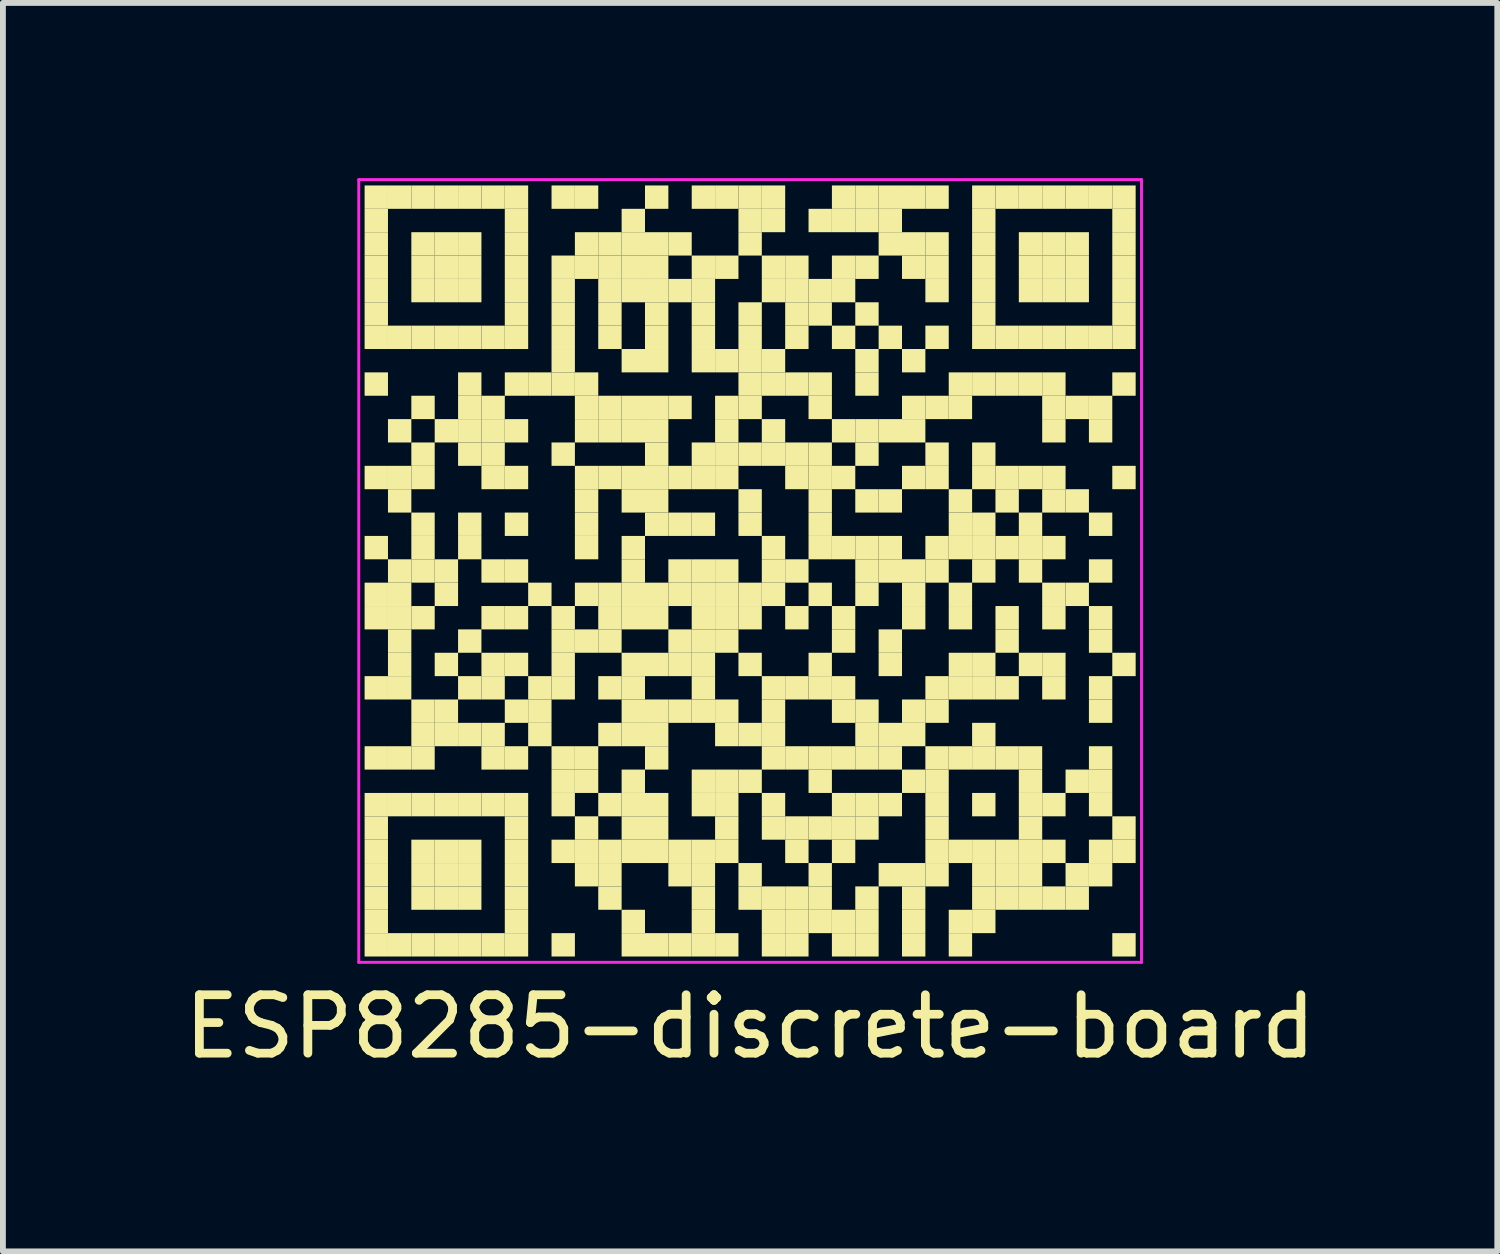
<source format=kicad_pcb>
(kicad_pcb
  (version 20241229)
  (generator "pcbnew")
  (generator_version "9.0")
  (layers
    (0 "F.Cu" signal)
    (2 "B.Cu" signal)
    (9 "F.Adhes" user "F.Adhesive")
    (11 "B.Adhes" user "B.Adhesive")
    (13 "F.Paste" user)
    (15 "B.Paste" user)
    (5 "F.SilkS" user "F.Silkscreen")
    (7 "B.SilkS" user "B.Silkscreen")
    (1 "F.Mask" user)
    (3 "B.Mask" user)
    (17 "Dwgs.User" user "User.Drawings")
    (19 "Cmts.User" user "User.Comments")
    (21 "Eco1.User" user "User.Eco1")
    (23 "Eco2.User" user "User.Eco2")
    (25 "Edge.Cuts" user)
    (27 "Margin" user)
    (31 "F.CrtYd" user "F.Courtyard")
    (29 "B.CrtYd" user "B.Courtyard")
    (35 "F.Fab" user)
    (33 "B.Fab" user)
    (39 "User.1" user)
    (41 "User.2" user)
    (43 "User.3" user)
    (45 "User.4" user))
  (footprint "ESP8285-discrete-board"
    (layer "F.Cu")
    (at 9.792 6.725)
    (property "Reference" "ESP8285-discrete-board" (at 0 7.8 0) (layer "F.SilkS") (effects (font (size 1 1) (thickness 0.15))))
    (attr exclude_from_pos_files exclude_from_bom)
    (fp_poly (pts (xy -6.2 -6.2) (xy -6.2 -6.6) (xy -6.6 -6.6) (xy -6.6 -6.2)) (stroke (width 0) (type solid)) (fill yes) (layer "F.SilkS"))
    (fp_poly (pts (xy -6.2 -5.8) (xy -6.2 -6.2) (xy -6.6 -6.2) (xy -6.6 -5.8)) (stroke (width 0) (type solid)) (fill yes) (layer "F.SilkS"))
    (fp_poly (pts (xy -6.2 -5.4) (xy -6.2 -5.8) (xy -6.6 -5.8) (xy -6.6 -5.4)) (stroke (width 0) (type solid)) (fill yes) (layer "F.SilkS"))
    (fp_poly (pts (xy -6.2 -5) (xy -6.2 -5.4) (xy -6.6 -5.4) (xy -6.6 -5)) (stroke (width 0) (type solid)) (fill yes) (layer "F.SilkS"))
    (fp_poly (pts (xy -6.2 -4.6) (xy -6.2 -5) (xy -6.6 -5) (xy -6.6 -4.6)) (stroke (width 0) (type solid)) (fill yes) (layer "F.SilkS"))
    (fp_poly (pts (xy -6.2 -4.2) (xy -6.2 -4.6) (xy -6.6 -4.6) (xy -6.6 -4.2)) (stroke (width 0) (type solid)) (fill yes) (layer "F.SilkS"))
    (fp_poly (pts (xy -6.2 -3.8) (xy -6.2 -4.2) (xy -6.6 -4.2) (xy -6.6 -3.8)) (stroke (width 0) (type solid)) (fill yes) (layer "F.SilkS"))
    (fp_poly (pts (xy -6.2 -3) (xy -6.2 -3.4) (xy -6.6 -3.4) (xy -6.6 -3)) (stroke (width 0) (type solid)) (fill yes) (layer "F.SilkS"))
    (fp_poly (pts (xy -6.2 -1.4) (xy -6.2 -1.8) (xy -6.6 -1.8) (xy -6.6 -1.4)) (stroke (width 0) (type solid)) (fill yes) (layer "F.SilkS"))
    (fp_poly (pts (xy -6.2 -0.2) (xy -6.2 -0.6) (xy -6.6 -0.6) (xy -6.6 -0.2)) (stroke (width 0) (type solid)) (fill yes) (layer "F.SilkS"))
    (fp_poly (pts (xy -6.2 0.6) (xy -6.2 0.2) (xy -6.6 0.2) (xy -6.6 0.6)) (stroke (width 0) (type solid)) (fill yes) (layer "F.SilkS"))
    (fp_poly (pts (xy -6.2 1) (xy -6.2 0.6) (xy -6.6 0.6) (xy -6.6 1)) (stroke (width 0) (type solid)) (fill yes) (layer "F.SilkS"))
    (fp_poly (pts (xy -6.2 2.2) (xy -6.2 1.8) (xy -6.6 1.8) (xy -6.6 2.2)) (stroke (width 0) (type solid)) (fill yes) (layer "F.SilkS"))
    (fp_poly (pts (xy -6.2 3.4) (xy -6.2 3) (xy -6.6 3) (xy -6.6 3.4)) (stroke (width 0) (type solid)) (fill yes) (layer "F.SilkS"))
    (fp_poly (pts (xy -6.2 4.2) (xy -6.2 3.8) (xy -6.6 3.8) (xy -6.6 4.2)) (stroke (width 0) (type solid)) (fill yes) (layer "F.SilkS"))
    (fp_poly (pts (xy -6.2 4.6) (xy -6.2 4.2) (xy -6.6 4.2) (xy -6.6 4.6)) (stroke (width 0) (type solid)) (fill yes) (layer "F.SilkS"))
    (fp_poly (pts (xy -6.2 5) (xy -6.2 4.6) (xy -6.6 4.6) (xy -6.6 5)) (stroke (width 0) (type solid)) (fill yes) (layer "F.SilkS"))
    (fp_poly (pts (xy -6.2 5.4) (xy -6.2 5) (xy -6.6 5) (xy -6.6 5.4)) (stroke (width 0) (type solid)) (fill yes) (layer "F.SilkS"))
    (fp_poly (pts (xy -6.2 5.8) (xy -6.2 5.4) (xy -6.6 5.4) (xy -6.6 5.8)) (stroke (width 0) (type solid)) (fill yes) (layer "F.SilkS"))
    (fp_poly (pts (xy -6.2 6.2) (xy -6.2 5.8) (xy -6.6 5.8) (xy -6.6 6.2)) (stroke (width 0) (type solid)) (fill yes) (layer "F.SilkS"))
    (fp_poly (pts (xy -6.2 6.6) (xy -6.2 6.2) (xy -6.6 6.2) (xy -6.6 6.6)) (stroke (width 0) (type solid)) (fill yes) (layer "F.SilkS"))
    (fp_poly (pts (xy -5.8 -6.2) (xy -5.8 -6.6) (xy -6.2 -6.6) (xy -6.2 -6.2)) (stroke (width 0) (type solid)) (fill yes) (layer "F.SilkS"))
    (fp_poly (pts (xy -5.8 -3.8) (xy -5.8 -4.2) (xy -6.2 -4.2) (xy -6.2 -3.8)) (stroke (width 0) (type solid)) (fill yes) (layer "F.SilkS"))
    (fp_poly (pts (xy -5.8 -2.2) (xy -5.8 -2.6) (xy -6.2 -2.6) (xy -6.2 -2.2)) (stroke (width 0) (type solid)) (fill yes) (layer "F.SilkS"))
    (fp_poly (pts (xy -5.8 -1.4) (xy -5.8 -1.8) (xy -6.2 -1.8) (xy -6.2 -1.4)) (stroke (width 0) (type solid)) (fill yes) (layer "F.SilkS"))
    (fp_poly (pts (xy -5.8 -1) (xy -5.8 -1.4) (xy -6.2 -1.4) (xy -6.2 -1)) (stroke (width 0) (type solid)) (fill yes) (layer "F.SilkS"))
    (fp_poly (pts (xy -5.8 0.2) (xy -5.8 -0.2) (xy -6.2 -0.2) (xy -6.2 0.2)) (stroke (width 0) (type solid)) (fill yes) (layer "F.SilkS"))
    (fp_poly (pts (xy -5.8 0.6) (xy -5.8 0.2) (xy -6.2 0.2) (xy -6.2 0.6)) (stroke (width 0) (type solid)) (fill yes) (layer "F.SilkS"))
    (fp_poly (pts (xy -5.8 1) (xy -5.8 0.6) (xy -6.2 0.6) (xy -6.2 1)) (stroke (width 0) (type solid)) (fill yes) (layer "F.SilkS"))
    (fp_poly (pts (xy -5.8 1.4) (xy -5.8 1) (xy -6.2 1) (xy -6.2 1.4)) (stroke (width 0) (type solid)) (fill yes) (layer "F.SilkS"))
    (fp_poly (pts (xy -5.8 1.8) (xy -5.8 1.4) (xy -6.2 1.4) (xy -6.2 1.8)) (stroke (width 0) (type solid)) (fill yes) (layer "F.SilkS"))
    (fp_poly (pts (xy -5.8 2.2) (xy -5.8 1.8) (xy -6.2 1.8) (xy -6.2 2.2)) (stroke (width 0) (type solid)) (fill yes) (layer "F.SilkS"))
    (fp_poly (pts (xy -5.8 3.4) (xy -5.8 3) (xy -6.2 3) (xy -6.2 3.4)) (stroke (width 0) (type solid)) (fill yes) (layer "F.SilkS"))
    (fp_poly (pts (xy -5.8 4.2) (xy -5.8 3.8) (xy -6.2 3.8) (xy -6.2 4.2)) (stroke (width 0) (type solid)) (fill yes) (layer "F.SilkS"))
    (fp_poly (pts (xy -5.8 6.6) (xy -5.8 6.2) (xy -6.2 6.2) (xy -6.2 6.6)) (stroke (width 0) (type solid)) (fill yes) (layer "F.SilkS"))
    (fp_poly (pts (xy -5.4 -6.2) (xy -5.4 -6.6) (xy -5.8 -6.6) (xy -5.8 -6.2)) (stroke (width 0) (type solid)) (fill yes) (layer "F.SilkS"))
    (fp_poly (pts (xy -5.4 -5.4) (xy -5.4 -5.8) (xy -5.8 -5.8) (xy -5.8 -5.4)) (stroke (width 0) (type solid)) (fill yes) (layer "F.SilkS"))
    (fp_poly (pts (xy -5.4 -5) (xy -5.4 -5.4) (xy -5.8 -5.4) (xy -5.8 -5)) (stroke (width 0) (type solid)) (fill yes) (layer "F.SilkS"))
    (fp_poly (pts (xy -5.4 -4.6) (xy -5.4 -5) (xy -5.8 -5) (xy -5.8 -4.6)) (stroke (width 0) (type solid)) (fill yes) (layer "F.SilkS"))
    (fp_poly (pts (xy -5.4 -3.8) (xy -5.4 -4.2) (xy -5.8 -4.2) (xy -5.8 -3.8)) (stroke (width 0) (type solid)) (fill yes) (layer "F.SilkS"))
    (fp_poly (pts (xy -5.4 -2.6) (xy -5.4 -3) (xy -5.8 -3) (xy -5.8 -2.6)) (stroke (width 0) (type solid)) (fill yes) (layer "F.SilkS"))
    (fp_poly (pts (xy -5.4 -1.8) (xy -5.4 -2.2) (xy -5.8 -2.2) (xy -5.8 -1.8)) (stroke (width 0) (type solid)) (fill yes) (layer "F.SilkS"))
    (fp_poly (pts (xy -5.4 -1.4) (xy -5.4 -1.8) (xy -5.8 -1.8) (xy -5.8 -1.4)) (stroke (width 0) (type solid)) (fill yes) (layer "F.SilkS"))
    (fp_poly (pts (xy -5.4 -0.6) (xy -5.4 -1) (xy -5.8 -1) (xy -5.8 -0.6)) (stroke (width 0) (type solid)) (fill yes) (layer "F.SilkS"))
    (fp_poly (pts (xy -5.4 -0.2) (xy -5.4 -0.6) (xy -5.8 -0.6) (xy -5.8 -0.2)) (stroke (width 0) (type solid)) (fill yes) (layer "F.SilkS"))
    (fp_poly (pts (xy -5.4 0.2) (xy -5.4 -0.2) (xy -5.8 -0.2) (xy -5.8 0.2)) (stroke (width 0) (type solid)) (fill yes) (layer "F.SilkS"))
    (fp_poly (pts (xy -5.4 1) (xy -5.4 0.6) (xy -5.8 0.6) (xy -5.8 1)) (stroke (width 0) (type solid)) (fill yes) (layer "F.SilkS"))
    (fp_poly (pts (xy -5.4 2.6) (xy -5.4 2.2) (xy -5.8 2.2) (xy -5.8 2.6)) (stroke (width 0) (type solid)) (fill yes) (layer "F.SilkS"))
    (fp_poly (pts (xy -5.4 3) (xy -5.4 2.6) (xy -5.8 2.6) (xy -5.8 3)) (stroke (width 0) (type solid)) (fill yes) (layer "F.SilkS"))
    (fp_poly (pts (xy -5.4 3.4) (xy -5.4 3) (xy -5.8 3) (xy -5.8 3.4)) (stroke (width 0) (type solid)) (fill yes) (layer "F.SilkS"))
    (fp_poly (pts (xy -5.4 4.2) (xy -5.4 3.8) (xy -5.8 3.8) (xy -5.8 4.2)) (stroke (width 0) (type solid)) (fill yes) (layer "F.SilkS"))
    (fp_poly (pts (xy -5.4 5) (xy -5.4 4.6) (xy -5.8 4.6) (xy -5.8 5)) (stroke (width 0) (type solid)) (fill yes) (layer "F.SilkS"))
    (fp_poly (pts (xy -5.4 5.4) (xy -5.4 5) (xy -5.8 5) (xy -5.8 5.4)) (stroke (width 0) (type solid)) (fill yes) (layer "F.SilkS"))
    (fp_poly (pts (xy -5.4 5.8) (xy -5.4 5.4) (xy -5.8 5.4) (xy -5.8 5.8)) (stroke (width 0) (type solid)) (fill yes) (layer "F.SilkS"))
    (fp_poly (pts (xy -5.4 6.6) (xy -5.4 6.2) (xy -5.8 6.2) (xy -5.8 6.6)) (stroke (width 0) (type solid)) (fill yes) (layer "F.SilkS"))
    (fp_poly (pts (xy -5 -6.2) (xy -5 -6.6) (xy -5.4 -6.6) (xy -5.4 -6.2)) (stroke (width 0) (type solid)) (fill yes) (layer "F.SilkS"))
    (fp_poly (pts (xy -5 -5.4) (xy -5 -5.8) (xy -5.4 -5.8) (xy -5.4 -5.4)) (stroke (width 0) (type solid)) (fill yes) (layer "F.SilkS"))
    (fp_poly (pts (xy -5 -5) (xy -5 -5.4) (xy -5.4 -5.4) (xy -5.4 -5)) (stroke (width 0) (type solid)) (fill yes) (layer "F.SilkS"))
    (fp_poly (pts (xy -5 -4.6) (xy -5 -5) (xy -5.4 -5) (xy -5.4 -4.6)) (stroke (width 0) (type solid)) (fill yes) (layer "F.SilkS"))
    (fp_poly (pts (xy -5 -3.8) (xy -5 -4.2) (xy -5.4 -4.2) (xy -5.4 -3.8)) (stroke (width 0) (type solid)) (fill yes) (layer "F.SilkS"))
    (fp_poly (pts (xy -5 -2.2) (xy -5 -2.6) (xy -5.4 -2.6) (xy -5.4 -2.2)) (stroke (width 0) (type solid)) (fill yes) (layer "F.SilkS"))
    (fp_poly (pts (xy -5 0.2) (xy -5 -0.2) (xy -5.4 -0.2) (xy -5.4 0.2)) (stroke (width 0) (type solid)) (fill yes) (layer "F.SilkS"))
    (fp_poly (pts (xy -5 0.6) (xy -5 0.2) (xy -5.4 0.2) (xy -5.4 0.6)) (stroke (width 0) (type solid)) (fill yes) (layer "F.SilkS"))
    (fp_poly (pts (xy -5 1.8) (xy -5 1.4) (xy -5.4 1.4) (xy -5.4 1.8)) (stroke (width 0) (type solid)) (fill yes) (layer "F.SilkS"))
    (fp_poly (pts (xy -5 2.6) (xy -5 2.2) (xy -5.4 2.2) (xy -5.4 2.6)) (stroke (width 0) (type solid)) (fill yes) (layer "F.SilkS"))
    (fp_poly (pts (xy -5 3) (xy -5 2.6) (xy -5.4 2.6) (xy -5.4 3)) (stroke (width 0) (type solid)) (fill yes) (layer "F.SilkS"))
    (fp_poly (pts (xy -5 4.2) (xy -5 3.8) (xy -5.4 3.8) (xy -5.4 4.2)) (stroke (width 0) (type solid)) (fill yes) (layer "F.SilkS"))
    (fp_poly (pts (xy -5 5) (xy -5 4.6) (xy -5.4 4.6) (xy -5.4 5)) (stroke (width 0) (type solid)) (fill yes) (layer "F.SilkS"))
    (fp_poly (pts (xy -5 5.4) (xy -5 5) (xy -5.4 5) (xy -5.4 5.4)) (stroke (width 0) (type solid)) (fill yes) (layer "F.SilkS"))
    (fp_poly (pts (xy -5 5.8) (xy -5 5.4) (xy -5.4 5.4) (xy -5.4 5.8)) (stroke (width 0) (type solid)) (fill yes) (layer "F.SilkS"))
    (fp_poly (pts (xy -5 6.6) (xy -5 6.2) (xy -5.4 6.2) (xy -5.4 6.6)) (stroke (width 0) (type solid)) (fill yes) (layer "F.SilkS"))
    (fp_poly (pts (xy -4.6 -6.2) (xy -4.6 -6.6) (xy -5 -6.6) (xy -5 -6.2)) (stroke (width 0) (type solid)) (fill yes) (layer "F.SilkS"))
    (fp_poly (pts (xy -4.6 -5.4) (xy -4.6 -5.8) (xy -5 -5.8) (xy -5 -5.4)) (stroke (width 0) (type solid)) (fill yes) (layer "F.SilkS"))
    (fp_poly (pts (xy -4.6 -5) (xy -4.6 -5.4) (xy -5 -5.4) (xy -5 -5)) (stroke (width 0) (type solid)) (fill yes) (layer "F.SilkS"))
    (fp_poly (pts (xy -4.6 -4.6) (xy -4.6 -5) (xy -5 -5) (xy -5 -4.6)) (stroke (width 0) (type solid)) (fill yes) (layer "F.SilkS"))
    (fp_poly (pts (xy -4.6 -3.8) (xy -4.6 -4.2) (xy -5 -4.2) (xy -5 -3.8)) (stroke (width 0) (type solid)) (fill yes) (layer "F.SilkS"))
    (fp_poly (pts (xy -4.6 -3) (xy -4.6 -3.4) (xy -5 -3.4) (xy -5 -3)) (stroke (width 0) (type solid)) (fill yes) (layer "F.SilkS"))
    (fp_poly (pts (xy -4.6 -2.6) (xy -4.6 -3) (xy -5 -3) (xy -5 -2.6)) (stroke (width 0) (type solid)) (fill yes) (layer "F.SilkS"))
    (fp_poly (pts (xy -4.6 -2.2) (xy -4.6 -2.6) (xy -5 -2.6) (xy -5 -2.2)) (stroke (width 0) (type solid)) (fill yes) (layer "F.SilkS"))
    (fp_poly (pts (xy -4.6 -1.8) (xy -4.6 -2.2) (xy -5 -2.2) (xy -5 -1.8)) (stroke (width 0) (type solid)) (fill yes) (layer "F.SilkS"))
    (fp_poly (pts (xy -4.6 -0.6) (xy -4.6 -1) (xy -5 -1) (xy -5 -0.6)) (stroke (width 0) (type solid)) (fill yes) (layer "F.SilkS"))
    (fp_poly (pts (xy -4.6 -0.2) (xy -4.6 -0.6) (xy -5 -0.6) (xy -5 -0.2)) (stroke (width 0) (type solid)) (fill yes) (layer "F.SilkS"))
    (fp_poly (pts (xy -4.6 1.4) (xy -4.6 1) (xy -5 1) (xy -5 1.4)) (stroke (width 0) (type solid)) (fill yes) (layer "F.SilkS"))
    (fp_poly (pts (xy -4.6 2.2) (xy -4.6 1.8) (xy -5 1.8) (xy -5 2.2)) (stroke (width 0) (type solid)) (fill yes) (layer "F.SilkS"))
    (fp_poly (pts (xy -4.6 3) (xy -4.6 2.6) (xy -5 2.6) (xy -5 3)) (stroke (width 0) (type solid)) (fill yes) (layer "F.SilkS"))
    (fp_poly (pts (xy -4.6 4.2) (xy -4.6 3.8) (xy -5 3.8) (xy -5 4.2)) (stroke (width 0) (type solid)) (fill yes) (layer "F.SilkS"))
    (fp_poly (pts (xy -4.6 5) (xy -4.6 4.6) (xy -5 4.6) (xy -5 5)) (stroke (width 0) (type solid)) (fill yes) (layer "F.SilkS"))
    (fp_poly (pts (xy -4.6 5.4) (xy -4.6 5) (xy -5 5) (xy -5 5.4)) (stroke (width 0) (type solid)) (fill yes) (layer "F.SilkS"))
    (fp_poly (pts (xy -4.6 5.8) (xy -4.6 5.4) (xy -5 5.4) (xy -5 5.8)) (stroke (width 0) (type solid)) (fill yes) (layer "F.SilkS"))
    (fp_poly (pts (xy -4.6 6.6) (xy -4.6 6.2) (xy -5 6.2) (xy -5 6.6)) (stroke (width 0) (type solid)) (fill yes) (layer "F.SilkS"))
    (fp_poly (pts (xy -4.2 -6.2) (xy -4.2 -6.6) (xy -4.6 -6.6) (xy -4.6 -6.2)) (stroke (width 0) (type solid)) (fill yes) (layer "F.SilkS"))
    (fp_poly (pts (xy -4.2 -3.8) (xy -4.2 -4.2) (xy -4.6 -4.2) (xy -4.6 -3.8)) (stroke (width 0) (type solid)) (fill yes) (layer "F.SilkS"))
    (fp_poly (pts (xy -4.2 -2.6) (xy -4.2 -3) (xy -4.6 -3) (xy -4.6 -2.6)) (stroke (width 0) (type solid)) (fill yes) (layer "F.SilkS"))
    (fp_poly (pts (xy -4.2 -2.2) (xy -4.2 -2.6) (xy -4.6 -2.6) (xy -4.6 -2.2)) (stroke (width 0) (type solid)) (fill yes) (layer "F.SilkS"))
    (fp_poly (pts (xy -4.2 -1.8) (xy -4.2 -2.2) (xy -4.6 -2.2) (xy -4.6 -1.8)) (stroke (width 0) (type solid)) (fill yes) (layer "F.SilkS"))
    (fp_poly (pts (xy -4.2 -1.4) (xy -4.2 -1.8) (xy -4.6 -1.8) (xy -4.6 -1.4)) (stroke (width 0) (type solid)) (fill yes) (layer "F.SilkS"))
    (fp_poly (pts (xy -4.2 0.2) (xy -4.2 -0.2) (xy -4.6 -0.2) (xy -4.6 0.2)) (stroke (width 0) (type solid)) (fill yes) (layer "F.SilkS"))
    (fp_poly (pts (xy -4.2 1) (xy -4.2 0.6) (xy -4.6 0.6) (xy -4.6 1)) (stroke (width 0) (type solid)) (fill yes) (layer "F.SilkS"))
    (fp_poly (pts (xy -4.2 1.8) (xy -4.2 1.4) (xy -4.6 1.4) (xy -4.6 1.8)) (stroke (width 0) (type solid)) (fill yes) (layer "F.SilkS"))
    (fp_poly (pts (xy -4.2 2.2) (xy -4.2 1.8) (xy -4.6 1.8) (xy -4.6 2.2)) (stroke (width 0) (type solid)) (fill yes) (layer "F.SilkS"))
    (fp_poly (pts (xy -4.2 3) (xy -4.2 2.6) (xy -4.6 2.6) (xy -4.6 3)) (stroke (width 0) (type solid)) (fill yes) (layer "F.SilkS"))
    (fp_poly (pts (xy -4.2 3.4) (xy -4.2 3) (xy -4.6 3) (xy -4.6 3.4)) (stroke (width 0) (type solid)) (fill yes) (layer "F.SilkS"))
    (fp_poly (pts (xy -4.2 4.2) (xy -4.2 3.8) (xy -4.6 3.8) (xy -4.6 4.2)) (stroke (width 0) (type solid)) (fill yes) (layer "F.SilkS"))
    (fp_poly (pts (xy -4.2 6.6) (xy -4.2 6.2) (xy -4.6 6.2) (xy -4.6 6.6)) (stroke (width 0) (type solid)) (fill yes) (layer "F.SilkS"))
    (fp_poly (pts (xy -3.8 -6.2) (xy -3.8 -6.6) (xy -4.2 -6.6) (xy -4.2 -6.2)) (stroke (width 0) (type solid)) (fill yes) (layer "F.SilkS"))
    (fp_poly (pts (xy -3.8 -5.8) (xy -3.8 -6.2) (xy -4.2 -6.2) (xy -4.2 -5.8)) (stroke (width 0) (type solid)) (fill yes) (layer "F.SilkS"))
    (fp_poly (pts (xy -3.8 -5.4) (xy -3.8 -5.8) (xy -4.2 -5.8) (xy -4.2 -5.4)) (stroke (width 0) (type solid)) (fill yes) (layer "F.SilkS"))
    (fp_poly (pts (xy -3.8 -5) (xy -3.8 -5.4) (xy -4.2 -5.4) (xy -4.2 -5)) (stroke (width 0) (type solid)) (fill yes) (layer "F.SilkS"))
    (fp_poly (pts (xy -3.8 -4.6) (xy -3.8 -5) (xy -4.2 -5) (xy -4.2 -4.6)) (stroke (width 0) (type solid)) (fill yes) (layer "F.SilkS"))
    (fp_poly (pts (xy -3.8 -4.2) (xy -3.8 -4.6) (xy -4.2 -4.6) (xy -4.2 -4.2)) (stroke (width 0) (type solid)) (fill yes) (layer "F.SilkS"))
    (fp_poly (pts (xy -3.8 -3.8) (xy -3.8 -4.2) (xy -4.2 -4.2) (xy -4.2 -3.8)) (stroke (width 0) (type solid)) (fill yes) (layer "F.SilkS"))
    (fp_poly (pts (xy -3.8 -3) (xy -3.8 -3.4) (xy -4.2 -3.4) (xy -4.2 -3)) (stroke (width 0) (type solid)) (fill yes) (layer "F.SilkS"))
    (fp_poly (pts (xy -3.8 -2.2) (xy -3.8 -2.6) (xy -4.2 -2.6) (xy -4.2 -2.2)) (stroke (width 0) (type solid)) (fill yes) (layer "F.SilkS"))
    (fp_poly (pts (xy -3.8 -1.4) (xy -3.8 -1.8) (xy -4.2 -1.8) (xy -4.2 -1.4)) (stroke (width 0) (type solid)) (fill yes) (layer "F.SilkS"))
    (fp_poly (pts (xy -3.8 -0.6) (xy -3.8 -1) (xy -4.2 -1) (xy -4.2 -0.6)) (stroke (width 0) (type solid)) (fill yes) (layer "F.SilkS"))
    (fp_poly (pts (xy -3.8 0.2) (xy -3.8 -0.2) (xy -4.2 -0.2) (xy -4.2 0.2)) (stroke (width 0) (type solid)) (fill yes) (layer "F.SilkS"))
    (fp_poly (pts (xy -3.8 1) (xy -3.8 0.6) (xy -4.2 0.6) (xy -4.2 1)) (stroke (width 0) (type solid)) (fill yes) (layer "F.SilkS"))
    (fp_poly (pts (xy -3.8 1.8) (xy -3.8 1.4) (xy -4.2 1.4) (xy -4.2 1.8)) (stroke (width 0) (type solid)) (fill yes) (layer "F.SilkS"))
    (fp_poly (pts (xy -3.8 2.6) (xy -3.8 2.2) (xy -4.2 2.2) (xy -4.2 2.6)) (stroke (width 0) (type solid)) (fill yes) (layer "F.SilkS"))
    (fp_poly (pts (xy -3.8 3.4) (xy -3.8 3) (xy -4.2 3) (xy -4.2 3.4)) (stroke (width 0) (type solid)) (fill yes) (layer "F.SilkS"))
    (fp_poly (pts (xy -3.8 4.2) (xy -3.8 3.8) (xy -4.2 3.8) (xy -4.2 4.2)) (stroke (width 0) (type solid)) (fill yes) (layer "F.SilkS"))
    (fp_poly (pts (xy -3.8 4.6) (xy -3.8 4.2) (xy -4.2 4.2) (xy -4.2 4.6)) (stroke (width 0) (type solid)) (fill yes) (layer "F.SilkS"))
    (fp_poly (pts (xy -3.8 5) (xy -3.8 4.6) (xy -4.2 4.6) (xy -4.2 5)) (stroke (width 0) (type solid)) (fill yes) (layer "F.SilkS"))
    (fp_poly (pts (xy -3.8 5.4) (xy -3.8 5) (xy -4.2 5) (xy -4.2 5.4)) (stroke (width 0) (type solid)) (fill yes) (layer "F.SilkS"))
    (fp_poly (pts (xy -3.8 5.8) (xy -3.8 5.4) (xy -4.2 5.4) (xy -4.2 5.8)) (stroke (width 0) (type solid)) (fill yes) (layer "F.SilkS"))
    (fp_poly (pts (xy -3.8 6.2) (xy -3.8 5.8) (xy -4.2 5.8) (xy -4.2 6.2)) (stroke (width 0) (type solid)) (fill yes) (layer "F.SilkS"))
    (fp_poly (pts (xy -3.8 6.6) (xy -3.8 6.2) (xy -4.2 6.2) (xy -4.2 6.6)) (stroke (width 0) (type solid)) (fill yes) (layer "F.SilkS"))
    (fp_poly (pts (xy -3.4 -3) (xy -3.4 -3.4) (xy -3.8 -3.4) (xy -3.8 -3)) (stroke (width 0) (type solid)) (fill yes) (layer "F.SilkS"))
    (fp_poly (pts (xy -3.4 0.6) (xy -3.4 0.2) (xy -3.8 0.2) (xy -3.8 0.6)) (stroke (width 0) (type solid)) (fill yes) (layer "F.SilkS"))
    (fp_poly (pts (xy -3.4 2.2) (xy -3.4 1.8) (xy -3.8 1.8) (xy -3.8 2.2)) (stroke (width 0) (type solid)) (fill yes) (layer "F.SilkS"))
    (fp_poly (pts (xy -3.4 2.6) (xy -3.4 2.2) (xy -3.8 2.2) (xy -3.8 2.6)) (stroke (width 0) (type solid)) (fill yes) (layer "F.SilkS"))
    (fp_poly (pts (xy -3.4 3) (xy -3.4 2.6) (xy -3.8 2.6) (xy -3.8 3)) (stroke (width 0) (type solid)) (fill yes) (layer "F.SilkS"))
    (fp_poly (pts (xy -3 -6.2) (xy -3 -6.6) (xy -3.4 -6.6) (xy -3.4 -6.2)) (stroke (width 0) (type solid)) (fill yes) (layer "F.SilkS"))
    (fp_poly (pts (xy -3 -5) (xy -3 -5.4) (xy -3.4 -5.4) (xy -3.4 -5)) (stroke (width 0) (type solid)) (fill yes) (layer "F.SilkS"))
    (fp_poly (pts (xy -3 -4.6) (xy -3 -5) (xy -3.4 -5) (xy -3.4 -4.6)) (stroke (width 0) (type solid)) (fill yes) (layer "F.SilkS"))
    (fp_poly (pts (xy -3 -4.2) (xy -3 -4.6) (xy -3.4 -4.6) (xy -3.4 -4.2)) (stroke (width 0) (type solid)) (fill yes) (layer "F.SilkS"))
    (fp_poly (pts (xy -3 -3.8) (xy -3 -4.2) (xy -3.4 -4.2) (xy -3.4 -3.8)) (stroke (width 0) (type solid)) (fill yes) (layer "F.SilkS"))
    (fp_poly (pts (xy -3 -3.4) (xy -3 -3.8) (xy -3.4 -3.8) (xy -3.4 -3.4)) (stroke (width 0) (type solid)) (fill yes) (layer "F.SilkS"))
    (fp_poly (pts (xy -3 -3) (xy -3 -3.4) (xy -3.4 -3.4) (xy -3.4 -3)) (stroke (width 0) (type solid)) (fill yes) (layer "F.SilkS"))
    (fp_poly (pts (xy -3 -1.8) (xy -3 -2.2) (xy -3.4 -2.2) (xy -3.4 -1.8)) (stroke (width 0) (type solid)) (fill yes) (layer "F.SilkS"))
    (fp_poly (pts (xy -3 1) (xy -3 0.6) (xy -3.4 0.6) (xy -3.4 1)) (stroke (width 0) (type solid)) (fill yes) (layer "F.SilkS"))
    (fp_poly (pts (xy -3 1.4) (xy -3 1) (xy -3.4 1) (xy -3.4 1.4)) (stroke (width 0) (type solid)) (fill yes) (layer "F.SilkS"))
    (fp_poly (pts (xy -3 1.8) (xy -3 1.4) (xy -3.4 1.4) (xy -3.4 1.8)) (stroke (width 0) (type solid)) (fill yes) (layer "F.SilkS"))
    (fp_poly (pts (xy -3 2.2) (xy -3 1.8) (xy -3.4 1.8) (xy -3.4 2.2)) (stroke (width 0) (type solid)) (fill yes) (layer "F.SilkS"))
    (fp_poly (pts (xy -3 3.4) (xy -3 3) (xy -3.4 3) (xy -3.4 3.4)) (stroke (width 0) (type solid)) (fill yes) (layer "F.SilkS"))
    (fp_poly (pts (xy -3 3.8) (xy -3 3.4) (xy -3.4 3.4) (xy -3.4 3.8)) (stroke (width 0) (type solid)) (fill yes) (layer "F.SilkS"))
    (fp_poly (pts (xy -3 4.2) (xy -3 3.8) (xy -3.4 3.8) (xy -3.4 4.2)) (stroke (width 0) (type solid)) (fill yes) (layer "F.SilkS"))
    (fp_poly (pts (xy -3 5) (xy -3 4.6) (xy -3.4 4.6) (xy -3.4 5)) (stroke (width 0) (type solid)) (fill yes) (layer "F.SilkS"))
    (fp_poly (pts (xy -3 6.6) (xy -3 6.2) (xy -3.4 6.2) (xy -3.4 6.6)) (stroke (width 0) (type solid)) (fill yes) (layer "F.SilkS"))
    (fp_poly (pts (xy -2.6 -6.2) (xy -2.6 -6.6) (xy -3 -6.6) (xy -3 -6.2)) (stroke (width 0) (type solid)) (fill yes) (layer "F.SilkS"))
    (fp_poly (pts (xy -2.6 -5.4) (xy -2.6 -5.8) (xy -3 -5.8) (xy -3 -5.4)) (stroke (width 0) (type solid)) (fill yes) (layer "F.SilkS"))
    (fp_poly (pts (xy -2.6 -5) (xy -2.6 -5.4) (xy -3 -5.4) (xy -3 -5)) (stroke (width 0) (type solid)) (fill yes) (layer "F.SilkS"))
    (fp_poly (pts (xy -2.6 -3) (xy -2.6 -3.4) (xy -3 -3.4) (xy -3 -3)) (stroke (width 0) (type solid)) (fill yes) (layer "F.SilkS"))
    (fp_poly (pts (xy -2.6 -2.6) (xy -2.6 -3) (xy -3 -3) (xy -3 -2.6)) (stroke (width 0) (type solid)) (fill yes) (layer "F.SilkS"))
    (fp_poly (pts (xy -2.6 -2.2) (xy -2.6 -2.6) (xy -3 -2.6) (xy -3 -2.2)) (stroke (width 0) (type solid)) (fill yes) (layer "F.SilkS"))
    (fp_poly (pts (xy -2.6 -1.4) (xy -2.6 -1.8) (xy -3 -1.8) (xy -3 -1.4)) (stroke (width 0) (type solid)) (fill yes) (layer "F.SilkS"))
    (fp_poly (pts (xy -2.6 -1) (xy -2.6 -1.4) (xy -3 -1.4) (xy -3 -1)) (stroke (width 0) (type solid)) (fill yes) (layer "F.SilkS"))
    (fp_poly (pts (xy -2.6 -0.6) (xy -2.6 -1) (xy -3 -1) (xy -3 -0.6)) (stroke (width 0) (type solid)) (fill yes) (layer "F.SilkS"))
    (fp_poly (pts (xy -2.6 -0.2) (xy -2.6 -0.6) (xy -3 -0.6) (xy -3 -0.2)) (stroke (width 0) (type solid)) (fill yes) (layer "F.SilkS"))
    (fp_poly (pts (xy -2.6 0.6) (xy -2.6 0.2) (xy -3 0.2) (xy -3 0.6)) (stroke (width 0) (type solid)) (fill yes) (layer "F.SilkS"))
    (fp_poly (pts (xy -2.6 1.4) (xy -2.6 1) (xy -3 1) (xy -3 1.4)) (stroke (width 0) (type solid)) (fill yes) (layer "F.SilkS"))
    (fp_poly (pts (xy -2.6 3.4) (xy -2.6 3) (xy -3 3) (xy -3 3.4)) (stroke (width 0) (type solid)) (fill yes) (layer "F.SilkS"))
    (fp_poly (pts (xy -2.6 3.8) (xy -2.6 3.4) (xy -3 3.4) (xy -3 3.8)) (stroke (width 0) (type solid)) (fill yes) (layer "F.SilkS"))
    (fp_poly (pts (xy -2.6 4.6) (xy -2.6 4.2) (xy -3 4.2) (xy -3 4.6)) (stroke (width 0) (type solid)) (fill yes) (layer "F.SilkS"))
    (fp_poly (pts (xy -2.6 5) (xy -2.6 4.6) (xy -3 4.6) (xy -3 5)) (stroke (width 0) (type solid)) (fill yes) (layer "F.SilkS"))
    (fp_poly (pts (xy -2.6 5.4) (xy -2.6 5) (xy -3 5) (xy -3 5.4)) (stroke (width 0) (type solid)) (fill yes) (layer "F.SilkS"))
    (fp_poly (pts (xy -2.2 -5.4) (xy -2.2 -5.8) (xy -2.6 -5.8) (xy -2.6 -5.4)) (stroke (width 0) (type solid)) (fill yes) (layer "F.SilkS"))
    (fp_poly (pts (xy -2.2 -5) (xy -2.2 -5.4) (xy -2.6 -5.4) (xy -2.6 -5)) (stroke (width 0) (type solid)) (fill yes) (layer "F.SilkS"))
    (fp_poly (pts (xy -2.2 -4.6) (xy -2.2 -5) (xy -2.6 -5) (xy -2.6 -4.6)) (stroke (width 0) (type solid)) (fill yes) (layer "F.SilkS"))
    (fp_poly (pts (xy -2.2 -4.2) (xy -2.2 -4.6) (xy -2.6 -4.6) (xy -2.6 -4.2)) (stroke (width 0) (type solid)) (fill yes) (layer "F.SilkS"))
    (fp_poly (pts (xy -2.2 -3.8) (xy -2.2 -4.2) (xy -2.6 -4.2) (xy -2.6 -3.8)) (stroke (width 0) (type solid)) (fill yes) (layer "F.SilkS"))
    (fp_poly (pts (xy -2.2 -2.6) (xy -2.2 -3) (xy -2.6 -3) (xy -2.6 -2.6)) (stroke (width 0) (type solid)) (fill yes) (layer "F.SilkS"))
    (fp_poly (pts (xy -2.2 -2.2) (xy -2.2 -2.6) (xy -2.6 -2.6) (xy -2.6 -2.2)) (stroke (width 0) (type solid)) (fill yes) (layer "F.SilkS"))
    (fp_poly (pts (xy -2.2 -1.4) (xy -2.2 -1.8) (xy -2.6 -1.8) (xy -2.6 -1.4)) (stroke (width 0) (type solid)) (fill yes) (layer "F.SilkS"))
    (fp_poly (pts (xy -2.2 0.6) (xy -2.2 0.2) (xy -2.6 0.2) (xy -2.6 0.6)) (stroke (width 0) (type solid)) (fill yes) (layer "F.SilkS"))
    (fp_poly (pts (xy -2.2 1) (xy -2.2 0.6) (xy -2.6 0.6) (xy -2.6 1)) (stroke (width 0) (type solid)) (fill yes) (layer "F.SilkS"))
    (fp_poly (pts (xy -2.2 1.4) (xy -2.2 1) (xy -2.6 1) (xy -2.6 1.4)) (stroke (width 0) (type solid)) (fill yes) (layer "F.SilkS"))
    (fp_poly (pts (xy -2.2 2.2) (xy -2.2 1.8) (xy -2.6 1.8) (xy -2.6 2.2)) (stroke (width 0) (type solid)) (fill yes) (layer "F.SilkS"))
    (fp_poly (pts (xy -2.2 3) (xy -2.2 2.6) (xy -2.6 2.6) (xy -2.6 3)) (stroke (width 0) (type solid)) (fill yes) (layer "F.SilkS"))
    (fp_poly (pts (xy -2.2 4.2) (xy -2.2 3.8) (xy -2.6 3.8) (xy -2.6 4.2)) (stroke (width 0) (type solid)) (fill yes) (layer "F.SilkS"))
    (fp_poly (pts (xy -2.2 5) (xy -2.2 4.6) (xy -2.6 4.6) (xy -2.6 5)) (stroke (width 0) (type solid)) (fill yes) (layer "F.SilkS"))
    (fp_poly (pts (xy -2.2 5.4) (xy -2.2 5) (xy -2.6 5) (xy -2.6 5.4)) (stroke (width 0) (type solid)) (fill yes) (layer "F.SilkS"))
    (fp_poly (pts (xy -2.2 5.8) (xy -2.2 5.4) (xy -2.6 5.4) (xy -2.6 5.8)) (stroke (width 0) (type solid)) (fill yes) (layer "F.SilkS"))
    (fp_poly (pts (xy -1.8 -5.8) (xy -1.8 -6.2) (xy -2.2 -6.2) (xy -2.2 -5.8)) (stroke (width 0) (type solid)) (fill yes) (layer "F.SilkS"))
    (fp_poly (pts (xy -1.8 -5.4) (xy -1.8 -5.8) (xy -2.2 -5.8) (xy -2.2 -5.4)) (stroke (width 0) (type solid)) (fill yes) (layer "F.SilkS"))
    (fp_poly (pts (xy -1.8 -5) (xy -1.8 -5.4) (xy -2.2 -5.4) (xy -2.2 -5)) (stroke (width 0) (type solid)) (fill yes) (layer "F.SilkS"))
    (fp_poly (pts (xy -1.8 -4.6) (xy -1.8 -5) (xy -2.2 -5) (xy -2.2 -4.6)) (stroke (width 0) (type solid)) (fill yes) (layer "F.SilkS"))
    (fp_poly (pts (xy -1.8 -3.4) (xy -1.8 -3.8) (xy -2.2 -3.8) (xy -2.2 -3.4)) (stroke (width 0) (type solid)) (fill yes) (layer "F.SilkS"))
    (fp_poly (pts (xy -1.8 -2.6) (xy -1.8 -3) (xy -2.2 -3) (xy -2.2 -2.6)) (stroke (width 0) (type solid)) (fill yes) (layer "F.SilkS"))
    (fp_poly (pts (xy -1.8 -2.2) (xy -1.8 -2.6) (xy -2.2 -2.6) (xy -2.2 -2.2)) (stroke (width 0) (type solid)) (fill yes) (layer "F.SilkS"))
    (fp_poly (pts (xy -1.8 -1.4) (xy -1.8 -1.8) (xy -2.2 -1.8) (xy -2.2 -1.4)) (stroke (width 0) (type solid)) (fill yes) (layer "F.SilkS"))
    (fp_poly (pts (xy -1.8 -1) (xy -1.8 -1.4) (xy -2.2 -1.4) (xy -2.2 -1)) (stroke (width 0) (type solid)) (fill yes) (layer "F.SilkS"))
    (fp_poly (pts (xy -1.8 -0.2) (xy -1.8 -0.6) (xy -2.2 -0.6) (xy -2.2 -0.2)) (stroke (width 0) (type solid)) (fill yes) (layer "F.SilkS"))
    (fp_poly (pts (xy -1.8 0.2) (xy -1.8 -0.2) (xy -2.2 -0.2) (xy -2.2 0.2)) (stroke (width 0) (type solid)) (fill yes) (layer "F.SilkS"))
    (fp_poly (pts (xy -1.8 0.6) (xy -1.8 0.2) (xy -2.2 0.2) (xy -2.2 0.6)) (stroke (width 0) (type solid)) (fill yes) (layer "F.SilkS"))
    (fp_poly (pts (xy -1.8 1) (xy -1.8 0.6) (xy -2.2 0.6) (xy -2.2 1)) (stroke (width 0) (type solid)) (fill yes) (layer "F.SilkS"))
    (fp_poly (pts (xy -1.8 1.8) (xy -1.8 1.4) (xy -2.2 1.4) (xy -2.2 1.8)) (stroke (width 0) (type solid)) (fill yes) (layer "F.SilkS"))
    (fp_poly (pts (xy -1.8 2.2) (xy -1.8 1.8) (xy -2.2 1.8) (xy -2.2 2.2)) (stroke (width 0) (type solid)) (fill yes) (layer "F.SilkS"))
    (fp_poly (pts (xy -1.8 2.6) (xy -1.8 2.2) (xy -2.2 2.2) (xy -2.2 2.6)) (stroke (width 0) (type solid)) (fill yes) (layer "F.SilkS"))
    (fp_poly (pts (xy -1.8 3) (xy -1.8 2.6) (xy -2.2 2.6) (xy -2.2 3)) (stroke (width 0) (type solid)) (fill yes) (layer "F.SilkS"))
    (fp_poly (pts (xy -1.8 3.8) (xy -1.8 3.4) (xy -2.2 3.4) (xy -2.2 3.8)) (stroke (width 0) (type solid)) (fill yes) (layer "F.SilkS"))
    (fp_poly (pts (xy -1.8 4.2) (xy -1.8 3.8) (xy -2.2 3.8) (xy -2.2 4.2)) (stroke (width 0) (type solid)) (fill yes) (layer "F.SilkS"))
    (fp_poly (pts (xy -1.8 4.6) (xy -1.8 4.2) (xy -2.2 4.2) (xy -2.2 4.6)) (stroke (width 0) (type solid)) (fill yes) (layer "F.SilkS"))
    (fp_poly (pts (xy -1.8 5) (xy -1.8 4.6) (xy -2.2 4.6) (xy -2.2 5)) (stroke (width 0) (type solid)) (fill yes) (layer "F.SilkS"))
    (fp_poly (pts (xy -1.8 6.2) (xy -1.8 5.8) (xy -2.2 5.8) (xy -2.2 6.2)) (stroke (width 0) (type solid)) (fill yes) (layer "F.SilkS"))
    (fp_poly (pts (xy -1.8 6.6) (xy -1.8 6.2) (xy -2.2 6.2) (xy -2.2 6.6)) (stroke (width 0) (type solid)) (fill yes) (layer "F.SilkS"))
    (fp_poly (pts (xy -1.4 -6.2) (xy -1.4 -6.6) (xy -1.8 -6.6) (xy -1.8 -6.2)) (stroke (width 0) (type solid)) (fill yes) (layer "F.SilkS"))
    (fp_poly (pts (xy -1.4 -5.4) (xy -1.4 -5.8) (xy -1.8 -5.8) (xy -1.8 -5.4)) (stroke (width 0) (type solid)) (fill yes) (layer "F.SilkS"))
    (fp_poly (pts (xy -1.4 -5) (xy -1.4 -5.4) (xy -1.8 -5.4) (xy -1.8 -5)) (stroke (width 0) (type solid)) (fill yes) (layer "F.SilkS"))
    (fp_poly (pts (xy -1.4 -4.6) (xy -1.4 -5) (xy -1.8 -5) (xy -1.8 -4.6)) (stroke (width 0) (type solid)) (fill yes) (layer "F.SilkS"))
    (fp_poly (pts (xy -1.4 -4.2) (xy -1.4 -4.6) (xy -1.8 -4.6) (xy -1.8 -4.2)) (stroke (width 0) (type solid)) (fill yes) (layer "F.SilkS"))
    (fp_poly (pts (xy -1.4 -3.8) (xy -1.4 -4.2) (xy -1.8 -4.2) (xy -1.8 -3.8)) (stroke (width 0) (type solid)) (fill yes) (layer "F.SilkS"))
    (fp_poly (pts (xy -1.4 -3.4) (xy -1.4 -3.8) (xy -1.8 -3.8) (xy -1.8 -3.4)) (stroke (width 0) (type solid)) (fill yes) (layer "F.SilkS"))
    (fp_poly (pts (xy -1.4 -2.6) (xy -1.4 -3) (xy -1.8 -3) (xy -1.8 -2.6)) (stroke (width 0) (type solid)) (fill yes) (layer "F.SilkS"))
    (fp_poly (pts (xy -1.4 -2.2) (xy -1.4 -2.6) (xy -1.8 -2.6) (xy -1.8 -2.2)) (stroke (width 0) (type solid)) (fill yes) (layer "F.SilkS"))
    (fp_poly (pts (xy -1.4 -1.8) (xy -1.4 -2.2) (xy -1.8 -2.2) (xy -1.8 -1.8)) (stroke (width 0) (type solid)) (fill yes) (layer "F.SilkS"))
    (fp_poly (pts (xy -1.4 -1.4) (xy -1.4 -1.8) (xy -1.8 -1.8) (xy -1.8 -1.4)) (stroke (width 0) (type solid)) (fill yes) (layer "F.SilkS"))
    (fp_poly (pts (xy -1.4 -1) (xy -1.4 -1.4) (xy -1.8 -1.4) (xy -1.8 -1)) (stroke (width 0) (type solid)) (fill yes) (layer "F.SilkS"))
    (fp_poly (pts (xy -1.4 -0.6) (xy -1.4 -1) (xy -1.8 -1) (xy -1.8 -0.6)) (stroke (width 0) (type solid)) (fill yes) (layer "F.SilkS"))
    (fp_poly (pts (xy -1.4 0.6) (xy -1.4 0.2) (xy -1.8 0.2) (xy -1.8 0.6)) (stroke (width 0) (type solid)) (fill yes) (layer "F.SilkS"))
    (fp_poly (pts (xy -1.4 1) (xy -1.4 0.6) (xy -1.8 0.6) (xy -1.8 1)) (stroke (width 0) (type solid)) (fill yes) (layer "F.SilkS"))
    (fp_poly (pts (xy -1.4 1.8) (xy -1.4 1.4) (xy -1.8 1.4) (xy -1.8 1.8)) (stroke (width 0) (type solid)) (fill yes) (layer "F.SilkS"))
    (fp_poly (pts (xy -1.4 2.6) (xy -1.4 2.2) (xy -1.8 2.2) (xy -1.8 2.6)) (stroke (width 0) (type solid)) (fill yes) (layer "F.SilkS"))
    (fp_poly (pts (xy -1.4 3) (xy -1.4 2.6) (xy -1.8 2.6) (xy -1.8 3)) (stroke (width 0) (type solid)) (fill yes) (layer "F.SilkS"))
    (fp_poly (pts (xy -1.4 3.4) (xy -1.4 3) (xy -1.8 3) (xy -1.8 3.4)) (stroke (width 0) (type solid)) (fill yes) (layer "F.SilkS"))
    (fp_poly (pts (xy -1.4 4.2) (xy -1.4 3.8) (xy -1.8 3.8) (xy -1.8 4.2)) (stroke (width 0) (type solid)) (fill yes) (layer "F.SilkS"))
    (fp_poly (pts (xy -1.4 4.6) (xy -1.4 4.2) (xy -1.8 4.2) (xy -1.8 4.6)) (stroke (width 0) (type solid)) (fill yes) (layer "F.SilkS"))
    (fp_poly (pts (xy -1.4 5) (xy -1.4 4.6) (xy -1.8 4.6) (xy -1.8 5)) (stroke (width 0) (type solid)) (fill yes) (layer "F.SilkS"))
    (fp_poly (pts (xy -1.4 6.6) (xy -1.4 6.2) (xy -1.8 6.2) (xy -1.8 6.6)) (stroke (width 0) (type solid)) (fill yes) (layer "F.SilkS"))
    (fp_poly (pts (xy -1 -5.4) (xy -1 -5.8) (xy -1.4 -5.8) (xy -1.4 -5.4)) (stroke (width 0) (type solid)) (fill yes) (layer "F.SilkS"))
    (fp_poly (pts (xy -1 -4.6) (xy -1 -5) (xy -1.4 -5) (xy -1.4 -4.6)) (stroke (width 0) (type solid)) (fill yes) (layer "F.SilkS"))
    (fp_poly (pts (xy -1 -2.6) (xy -1 -3) (xy -1.4 -3) (xy -1.4 -2.6)) (stroke (width 0) (type solid)) (fill yes) (layer "F.SilkS"))
    (fp_poly (pts (xy -1 -1.4) (xy -1 -1.8) (xy -1.4 -1.8) (xy -1.4 -1.4)) (stroke (width 0) (type solid)) (fill yes) (layer "F.SilkS"))
    (fp_poly (pts (xy -1 -0.6) (xy -1 -1) (xy -1.4 -1) (xy -1.4 -0.6)) (stroke (width 0) (type solid)) (fill yes) (layer "F.SilkS"))
    (fp_poly (pts (xy -1 0.2) (xy -1 -0.2) (xy -1.4 -0.2) (xy -1.4 0.2)) (stroke (width 0) (type solid)) (fill yes) (layer "F.SilkS"))
    (fp_poly (pts (xy -1 0.6) (xy -1 0.2) (xy -1.4 0.2) (xy -1.4 0.6)) (stroke (width 0) (type solid)) (fill yes) (layer "F.SilkS"))
    (fp_poly (pts (xy -1 1.4) (xy -1 1) (xy -1.4 1) (xy -1.4 1.4)) (stroke (width 0) (type solid)) (fill yes) (layer "F.SilkS"))
    (fp_poly (pts (xy -1 1.8) (xy -1 1.4) (xy -1.4 1.4) (xy -1.4 1.8)) (stroke (width 0) (type solid)) (fill yes) (layer "F.SilkS"))
    (fp_poly (pts (xy -1 2.6) (xy -1 2.2) (xy -1.4 2.2) (xy -1.4 2.6)) (stroke (width 0) (type solid)) (fill yes) (layer "F.SilkS"))
    (fp_poly (pts (xy -1 5) (xy -1 4.6) (xy -1.4 4.6) (xy -1.4 5)) (stroke (width 0) (type solid)) (fill yes) (layer "F.SilkS"))
    (fp_poly (pts (xy -1 5.4) (xy -1 5) (xy -1.4 5) (xy -1.4 5.4)) (stroke (width 0) (type solid)) (fill yes) (layer "F.SilkS"))
    (fp_poly (pts (xy -1 6.6) (xy -1 6.2) (xy -1.4 6.2) (xy -1.4 6.6)) (stroke (width 0) (type solid)) (fill yes) (layer "F.SilkS"))
    (fp_poly (pts (xy -0.6 -6.2) (xy -0.6 -6.6) (xy -1 -6.6) (xy -1 -6.2)) (stroke (width 0) (type solid)) (fill yes) (layer "F.SilkS"))
    (fp_poly (pts (xy -0.6 -5) (xy -0.6 -5.4) (xy -1 -5.4) (xy -1 -5)) (stroke (width 0) (type solid)) (fill yes) (layer "F.SilkS"))
    (fp_poly (pts (xy -0.6 -4.6) (xy -0.6 -5) (xy -1 -5) (xy -1 -4.6)) (stroke (width 0) (type solid)) (fill yes) (layer "F.SilkS"))
    (fp_poly (pts (xy -0.6 -4.2) (xy -0.6 -4.6) (xy -1 -4.6) (xy -1 -4.2)) (stroke (width 0) (type solid)) (fill yes) (layer "F.SilkS"))
    (fp_poly (pts (xy -0.6 -3.8) (xy -0.6 -4.2) (xy -1 -4.2) (xy -1 -3.8)) (stroke (width 0) (type solid)) (fill yes) (layer "F.SilkS"))
    (fp_poly (pts (xy -0.6 -3.4) (xy -0.6 -3.8) (xy -1 -3.8) (xy -1 -3.4)) (stroke (width 0) (type solid)) (fill yes) (layer "F.SilkS"))
    (fp_poly (pts (xy -0.6 -1.8) (xy -0.6 -2.2) (xy -1 -2.2) (xy -1 -1.8)) (stroke (width 0) (type solid)) (fill yes) (layer "F.SilkS"))
    (fp_poly (pts (xy -0.6 -1.4) (xy -0.6 -1.8) (xy -1 -1.8) (xy -1 -1.4)) (stroke (width 0) (type solid)) (fill yes) (layer "F.SilkS"))
    (fp_poly (pts (xy -0.6 -0.6) (xy -0.6 -1) (xy -1 -1) (xy -1 -0.6)) (stroke (width 0) (type solid)) (fill yes) (layer "F.SilkS"))
    (fp_poly (pts (xy -0.6 0.2) (xy -0.6 -0.2) (xy -1 -0.2) (xy -1 0.2)) (stroke (width 0) (type solid)) (fill yes) (layer "F.SilkS"))
    (fp_poly (pts (xy -0.6 0.6) (xy -0.6 0.2) (xy -1 0.2) (xy -1 0.6)) (stroke (width 0) (type solid)) (fill yes) (layer "F.SilkS"))
    (fp_poly (pts (xy -0.6 1) (xy -0.6 0.6) (xy -1 0.6) (xy -1 1)) (stroke (width 0) (type solid)) (fill yes) (layer "F.SilkS"))
    (fp_poly (pts (xy -0.6 1.4) (xy -0.6 1) (xy -1 1) (xy -1 1.4)) (stroke (width 0) (type solid)) (fill yes) (layer "F.SilkS"))
    (fp_poly (pts (xy -0.6 1.8) (xy -0.6 1.4) (xy -1 1.4) (xy -1 1.8)) (stroke (width 0) (type solid)) (fill yes) (layer "F.SilkS"))
    (fp_poly (pts (xy -0.6 2.2) (xy -0.6 1.8) (xy -1 1.8) (xy -1 2.2)) (stroke (width 0) (type solid)) (fill yes) (layer "F.SilkS"))
    (fp_poly (pts (xy -0.6 2.6) (xy -0.6 2.2) (xy -1 2.2) (xy -1 2.6)) (stroke (width 0) (type solid)) (fill yes) (layer "F.SilkS"))
    (fp_poly (pts (xy -0.6 3.8) (xy -0.6 3.4) (xy -1 3.4) (xy -1 3.8)) (stroke (width 0) (type solid)) (fill yes) (layer "F.SilkS"))
    (fp_poly (pts (xy -0.6 4.2) (xy -0.6 3.8) (xy -1 3.8) (xy -1 4.2)) (stroke (width 0) (type solid)) (fill yes) (layer "F.SilkS"))
    (fp_poly (pts (xy -0.6 5) (xy -0.6 4.6) (xy -1 4.6) (xy -1 5)) (stroke (width 0) (type solid)) (fill yes) (layer "F.SilkS"))
    (fp_poly (pts (xy -0.6 5.4) (xy -0.6 5) (xy -1 5) (xy -1 5.4)) (stroke (width 0) (type solid)) (fill yes) (layer "F.SilkS"))
    (fp_poly (pts (xy -0.6 5.8) (xy -0.6 5.4) (xy -1 5.4) (xy -1 5.8)) (stroke (width 0) (type solid)) (fill yes) (layer "F.SilkS"))
    (fp_poly (pts (xy -0.6 6.2) (xy -0.6 5.8) (xy -1 5.8) (xy -1 6.2)) (stroke (width 0) (type solid)) (fill yes) (layer "F.SilkS"))
    (fp_poly (pts (xy -0.6 6.6) (xy -0.6 6.2) (xy -1 6.2) (xy -1 6.6)) (stroke (width 0) (type solid)) (fill yes) (layer "F.SilkS"))
    (fp_poly (pts (xy -0.2 -6.2) (xy -0.2 -6.6) (xy -0.6 -6.6) (xy -0.6 -6.2)) (stroke (width 0) (type solid)) (fill yes) (layer "F.SilkS"))
    (fp_poly (pts (xy -0.2 -5) (xy -0.2 -5.4) (xy -0.6 -5.4) (xy -0.6 -5)) (stroke (width 0) (type solid)) (fill yes) (layer "F.SilkS"))
    (fp_poly (pts (xy -0.2 -3.4) (xy -0.2 -3.8) (xy -0.6 -3.8) (xy -0.6 -3.4)) (stroke (width 0) (type solid)) (fill yes) (layer "F.SilkS"))
    (fp_poly (pts (xy -0.2 -2.6) (xy -0.2 -3) (xy -0.6 -3) (xy -0.6 -2.6)) (stroke (width 0) (type solid)) (fill yes) (layer "F.SilkS"))
    (fp_poly (pts (xy -0.2 -2.2) (xy -0.2 -2.6) (xy -0.6 -2.6) (xy -0.6 -2.2)) (stroke (width 0) (type solid)) (fill yes) (layer "F.SilkS"))
    (fp_poly (pts (xy -0.2 -1.8) (xy -0.2 -2.2) (xy -0.6 -2.2) (xy -0.6 -1.8)) (stroke (width 0) (type solid)) (fill yes) (layer "F.SilkS"))
    (fp_poly (pts (xy -0.2 -1.4) (xy -0.2 -1.8) (xy -0.6 -1.8) (xy -0.6 -1.4)) (stroke (width 0) (type solid)) (fill yes) (layer "F.SilkS"))
    (fp_poly (pts (xy -0.2 0.2) (xy -0.2 -0.2) (xy -0.6 -0.2) (xy -0.6 0.2)) (stroke (width 0) (type solid)) (fill yes) (layer "F.SilkS"))
    (fp_poly (pts (xy -0.2 0.6) (xy -0.2 0.2) (xy -0.6 0.2) (xy -0.6 0.6)) (stroke (width 0) (type solid)) (fill yes) (layer "F.SilkS"))
    (fp_poly (pts (xy -0.2 1) (xy -0.2 0.6) (xy -0.6 0.6) (xy -0.6 1)) (stroke (width 0) (type solid)) (fill yes) (layer "F.SilkS"))
    (fp_poly (pts (xy -0.2 1.4) (xy -0.2 1) (xy -0.6 1) (xy -0.6 1.4)) (stroke (width 0) (type solid)) (fill yes) (layer "F.SilkS"))
    (fp_poly (pts (xy -0.2 2.6) (xy -0.2 2.2) (xy -0.6 2.2) (xy -0.6 2.6)) (stroke (width 0) (type solid)) (fill yes) (layer "F.SilkS"))
    (fp_poly (pts (xy -0.2 3) (xy -0.2 2.6) (xy -0.6 2.6) (xy -0.6 3)) (stroke (width 0) (type solid)) (fill yes) (layer "F.SilkS"))
    (fp_poly (pts (xy -0.2 3.8) (xy -0.2 3.4) (xy -0.6 3.4) (xy -0.6 3.8)) (stroke (width 0) (type solid)) (fill yes) (layer "F.SilkS"))
    (fp_poly (pts (xy -0.2 4.2) (xy -0.2 3.8) (xy -0.6 3.8) (xy -0.6 4.2)) (stroke (width 0) (type solid)) (fill yes) (layer "F.SilkS"))
    (fp_poly (pts (xy -0.2 4.6) (xy -0.2 4.2) (xy -0.6 4.2) (xy -0.6 4.6)) (stroke (width 0) (type solid)) (fill yes) (layer "F.SilkS"))
    (fp_poly (pts (xy -0.2 5) (xy -0.2 4.6) (xy -0.6 4.6) (xy -0.6 5)) (stroke (width 0) (type solid)) (fill yes) (layer "F.SilkS"))
    (fp_poly (pts (xy -0.2 6.6) (xy -0.2 6.2) (xy -0.6 6.2) (xy -0.6 6.6)) (stroke (width 0) (type solid)) (fill yes) (layer "F.SilkS"))
    (fp_poly (pts (xy 0.2 -6.2) (xy 0.2 -6.6) (xy -0.2 -6.6) (xy -0.2 -6.2)) (stroke (width 0) (type solid)) (fill yes) (layer "F.SilkS"))
    (fp_poly (pts (xy 0.2 -5.8) (xy 0.2 -6.2) (xy -0.2 -6.2) (xy -0.2 -5.8)) (stroke (width 0) (type solid)) (fill yes) (layer "F.SilkS"))
    (fp_poly (pts (xy 0.2 -5.4) (xy 0.2 -5.8) (xy -0.2 -5.8) (xy -0.2 -5.4)) (stroke (width 0) (type solid)) (fill yes) (layer "F.SilkS"))
    (fp_poly (pts (xy 0.2 -4.2) (xy 0.2 -4.6) (xy -0.2 -4.6) (xy -0.2 -4.2)) (stroke (width 0) (type solid)) (fill yes) (layer "F.SilkS"))
    (fp_poly (pts (xy 0.2 -3.8) (xy 0.2 -4.2) (xy -0.2 -4.2) (xy -0.2 -3.8)) (stroke (width 0) (type solid)) (fill yes) (layer "F.SilkS"))
    (fp_poly (pts (xy 0.2 -3.4) (xy 0.2 -3.8) (xy -0.2 -3.8) (xy -0.2 -3.4)) (stroke (width 0) (type solid)) (fill yes) (layer "F.SilkS"))
    (fp_poly (pts (xy 0.2 -3) (xy 0.2 -3.4) (xy -0.2 -3.4) (xy -0.2 -3)) (stroke (width 0) (type solid)) (fill yes) (layer "F.SilkS"))
    (fp_poly (pts (xy 0.2 -2.6) (xy 0.2 -3) (xy -0.2 -3) (xy -0.2 -2.6)) (stroke (width 0) (type solid)) (fill yes) (layer "F.SilkS"))
    (fp_poly (pts (xy 0.2 -1.8) (xy 0.2 -2.2) (xy -0.2 -2.2) (xy -0.2 -1.8)) (stroke (width 0) (type solid)) (fill yes) (layer "F.SilkS"))
    (fp_poly (pts (xy 0.2 -1) (xy 0.2 -1.4) (xy -0.2 -1.4) (xy -0.2 -1)) (stroke (width 0) (type solid)) (fill yes) (layer "F.SilkS"))
    (fp_poly (pts (xy 0.2 -0.6) (xy 0.2 -1) (xy -0.2 -1) (xy -0.2 -0.6)) (stroke (width 0) (type solid)) (fill yes) (layer "F.SilkS"))
    (fp_poly (pts (xy 0.2 0.6) (xy 0.2 0.2) (xy -0.2 0.2) (xy -0.2 0.6)) (stroke (width 0) (type solid)) (fill yes) (layer "F.SilkS"))
    (fp_poly (pts (xy 0.2 1) (xy 0.2 0.6) (xy -0.2 0.6) (xy -0.2 1)) (stroke (width 0) (type solid)) (fill yes) (layer "F.SilkS"))
    (fp_poly (pts (xy 0.2 1.8) (xy 0.2 1.4) (xy -0.2 1.4) (xy -0.2 1.8)) (stroke (width 0) (type solid)) (fill yes) (layer "F.SilkS"))
    (fp_poly (pts (xy 0.2 3) (xy 0.2 2.6) (xy -0.2 2.6) (xy -0.2 3)) (stroke (width 0) (type solid)) (fill yes) (layer "F.SilkS"))
    (fp_poly (pts (xy 0.2 3.8) (xy 0.2 3.4) (xy -0.2 3.4) (xy -0.2 3.8)) (stroke (width 0) (type solid)) (fill yes) (layer "F.SilkS"))
    (fp_poly (pts (xy 0.2 5.4) (xy 0.2 5) (xy -0.2 5) (xy -0.2 5.4)) (stroke (width 0) (type solid)) (fill yes) (layer "F.SilkS"))
    (fp_poly (pts (xy 0.2 5.8) (xy 0.2 5.4) (xy -0.2 5.4) (xy -0.2 5.8)) (stroke (width 0) (type solid)) (fill yes) (layer "F.SilkS"))
    (fp_poly (pts (xy 0.6 -6.2) (xy 0.6 -6.6) (xy 0.2 -6.6) (xy 0.2 -6.2)) (stroke (width 0) (type solid)) (fill yes) (layer "F.SilkS"))
    (fp_poly (pts (xy 0.6 -5.8) (xy 0.6 -6.2) (xy 0.2 -6.2) (xy 0.2 -5.8)) (stroke (width 0) (type solid)) (fill yes) (layer "F.SilkS"))
    (fp_poly (pts (xy 0.6 -5) (xy 0.6 -5.4) (xy 0.2 -5.4) (xy 0.2 -5)) (stroke (width 0) (type solid)) (fill yes) (layer "F.SilkS"))
    (fp_poly (pts (xy 0.6 -4.6) (xy 0.6 -5) (xy 0.2 -5) (xy 0.2 -4.6)) (stroke (width 0) (type solid)) (fill yes) (layer "F.SilkS"))
    (fp_poly (pts (xy 0.6 -3.4) (xy 0.6 -3.8) (xy 0.2 -3.8) (xy 0.2 -3.4)) (stroke (width 0) (type solid)) (fill yes) (layer "F.SilkS"))
    (fp_poly (pts (xy 0.6 -3) (xy 0.6 -3.4) (xy 0.2 -3.4) (xy 0.2 -3)) (stroke (width 0) (type solid)) (fill yes) (layer "F.SilkS"))
    (fp_poly (pts (xy 0.6 -2.2) (xy 0.6 -2.6) (xy 0.2 -2.6) (xy 0.2 -2.2)) (stroke (width 0) (type solid)) (fill yes) (layer "F.SilkS"))
    (fp_poly (pts (xy 0.6 -1.8) (xy 0.6 -2.2) (xy 0.2 -2.2) (xy 0.2 -1.8)) (stroke (width 0) (type solid)) (fill yes) (layer "F.SilkS"))
    (fp_poly (pts (xy 0.6 -0.2) (xy 0.6 -0.6) (xy 0.2 -0.6) (xy 0.2 -0.2)) (stroke (width 0) (type solid)) (fill yes) (layer "F.SilkS"))
    (fp_poly (pts (xy 0.6 0.2) (xy 0.6 -0.2) (xy 0.2 -0.2) (xy 0.2 0.2)) (stroke (width 0) (type solid)) (fill yes) (layer "F.SilkS"))
    (fp_poly (pts (xy 0.6 0.6) (xy 0.6 0.2) (xy 0.2 0.2) (xy 0.2 0.6)) (stroke (width 0) (type solid)) (fill yes) (layer "F.SilkS"))
    (fp_poly (pts (xy 0.6 2.2) (xy 0.6 1.8) (xy 0.2 1.8) (xy 0.2 2.2)) (stroke (width 0) (type solid)) (fill yes) (layer "F.SilkS"))
    (fp_poly (pts (xy 0.6 2.6) (xy 0.6 2.2) (xy 0.2 2.2) (xy 0.2 2.6)) (stroke (width 0) (type solid)) (fill yes) (layer "F.SilkS"))
    (fp_poly (pts (xy 0.6 3) (xy 0.6 2.6) (xy 0.2 2.6) (xy 0.2 3)) (stroke (width 0) (type solid)) (fill yes) (layer "F.SilkS"))
    (fp_poly (pts (xy 0.6 3.4) (xy 0.6 3) (xy 0.2 3) (xy 0.2 3.4)) (stroke (width 0) (type solid)) (fill yes) (layer "F.SilkS"))
    (fp_poly (pts (xy 0.6 4.2) (xy 0.6 3.8) (xy 0.2 3.8) (xy 0.2 4.2)) (stroke (width 0) (type solid)) (fill yes) (layer "F.SilkS"))
    (fp_poly (pts (xy 0.6 4.6) (xy 0.6 4.2) (xy 0.2 4.2) (xy 0.2 4.6)) (stroke (width 0) (type solid)) (fill yes) (layer "F.SilkS"))
    (fp_poly (pts (xy 0.6 5.8) (xy 0.6 5.4) (xy 0.2 5.4) (xy 0.2 5.8)) (stroke (width 0) (type solid)) (fill yes) (layer "F.SilkS"))
    (fp_poly (pts (xy 0.6 6.2) (xy 0.6 5.8) (xy 0.2 5.8) (xy 0.2 6.2)) (stroke (width 0) (type solid)) (fill yes) (layer "F.SilkS"))
    (fp_poly (pts (xy 0.6 6.6) (xy 0.6 6.2) (xy 0.2 6.2) (xy 0.2 6.6)) (stroke (width 0) (type solid)) (fill yes) (layer "F.SilkS"))
    (fp_poly (pts (xy 1 -5) (xy 1 -5.4) (xy 0.6 -5.4) (xy 0.6 -5)) (stroke (width 0) (type solid)) (fill yes) (layer "F.SilkS"))
    (fp_poly (pts (xy 1 -4.6) (xy 1 -5) (xy 0.6 -5) (xy 0.6 -4.6)) (stroke (width 0) (type solid)) (fill yes) (layer "F.SilkS"))
    (fp_poly (pts (xy 1 -4.2) (xy 1 -4.6) (xy 0.6 -4.6) (xy 0.6 -4.2)) (stroke (width 0) (type solid)) (fill yes) (layer "F.SilkS"))
    (fp_poly (pts (xy 1 -3.8) (xy 1 -4.2) (xy 0.6 -4.2) (xy 0.6 -3.8)) (stroke (width 0) (type solid)) (fill yes) (layer "F.SilkS"))
    (fp_poly (pts (xy 1 -3) (xy 1 -3.4) (xy 0.6 -3.4) (xy 0.6 -3)) (stroke (width 0) (type solid)) (fill yes) (layer "F.SilkS"))
    (fp_poly (pts (xy 1 -1.8) (xy 1 -2.2) (xy 0.6 -2.2) (xy 0.6 -1.8)) (stroke (width 0) (type solid)) (fill yes) (layer "F.SilkS"))
    (fp_poly (pts (xy 1 -1.4) (xy 1 -1.8) (xy 0.6 -1.8) (xy 0.6 -1.4)) (stroke (width 0) (type solid)) (fill yes) (layer "F.SilkS"))
    (fp_poly (pts (xy 1 0.2) (xy 1 -0.2) (xy 0.6 -0.2) (xy 0.6 0.2)) (stroke (width 0) (type solid)) (fill yes) (layer "F.SilkS"))
    (fp_poly (pts (xy 1 1) (xy 1 0.6) (xy 0.6 0.6) (xy 0.6 1)) (stroke (width 0) (type solid)) (fill yes) (layer "F.SilkS"))
    (fp_poly (pts (xy 1 2.2) (xy 1 1.8) (xy 0.6 1.8) (xy 0.6 2.2)) (stroke (width 0) (type solid)) (fill yes) (layer "F.SilkS"))
    (fp_poly (pts (xy 1 3.4) (xy 1 3) (xy 0.6 3) (xy 0.6 3.4)) (stroke (width 0) (type solid)) (fill yes) (layer "F.SilkS"))
    (fp_poly (pts (xy 1 4.6) (xy 1 4.2) (xy 0.6 4.2) (xy 0.6 4.6)) (stroke (width 0) (type solid)) (fill yes) (layer "F.SilkS"))
    (fp_poly (pts (xy 1 5) (xy 1 4.6) (xy 0.6 4.6) (xy 0.6 5)) (stroke (width 0) (type solid)) (fill yes) (layer "F.SilkS"))
    (fp_poly (pts (xy 1 5.8) (xy 1 5.4) (xy 0.6 5.4) (xy 0.6 5.8)) (stroke (width 0) (type solid)) (fill yes) (layer "F.SilkS"))
    (fp_poly (pts (xy 1 6.2) (xy 1 5.8) (xy 0.6 5.8) (xy 0.6 6.2)) (stroke (width 0) (type solid)) (fill yes) (layer "F.SilkS"))
    (fp_poly (pts (xy 1 6.6) (xy 1 6.2) (xy 0.6 6.2) (xy 0.6 6.6)) (stroke (width 0) (type solid)) (fill yes) (layer "F.SilkS"))
    (fp_poly (pts (xy 1.4 -5.8) (xy 1.4 -6.2) (xy 1 -6.2) (xy 1 -5.8)) (stroke (width 0) (type solid)) (fill yes) (layer "F.SilkS"))
    (fp_poly (pts (xy 1.4 -4.6) (xy 1.4 -5) (xy 1 -5) (xy 1 -4.6)) (stroke (width 0) (type solid)) (fill yes) (layer "F.SilkS"))
    (fp_poly (pts (xy 1.4 -4.2) (xy 1.4 -4.6) (xy 1 -4.6) (xy 1 -4.2)) (stroke (width 0) (type solid)) (fill yes) (layer "F.SilkS"))
    (fp_poly (pts (xy 1.4 -3) (xy 1.4 -3.4) (xy 1 -3.4) (xy 1 -3)) (stroke (width 0) (type solid)) (fill yes) (layer "F.SilkS"))
    (fp_poly (pts (xy 1.4 -2.6) (xy 1.4 -3) (xy 1 -3) (xy 1 -2.6)) (stroke (width 0) (type solid)) (fill yes) (layer "F.SilkS"))
    (fp_poly (pts (xy 1.4 -1.8) (xy 1.4 -2.2) (xy 1 -2.2) (xy 1 -1.8)) (stroke (width 0) (type solid)) (fill yes) (layer "F.SilkS"))
    (fp_poly (pts (xy 1.4 -1.4) (xy 1.4 -1.8) (xy 1 -1.8) (xy 1 -1.4)) (stroke (width 0) (type solid)) (fill yes) (layer "F.SilkS"))
    (fp_poly (pts (xy 1.4 -1) (xy 1.4 -1.4) (xy 1 -1.4) (xy 1 -1)) (stroke (width 0) (type solid)) (fill yes) (layer "F.SilkS"))
    (fp_poly (pts (xy 1.4 -0.6) (xy 1.4 -1) (xy 1 -1) (xy 1 -0.6)) (stroke (width 0) (type solid)) (fill yes) (layer "F.SilkS"))
    (fp_poly (pts (xy 1.4 -0.2) (xy 1.4 -0.6) (xy 1 -0.6) (xy 1 -0.2)) (stroke (width 0) (type solid)) (fill yes) (layer "F.SilkS"))
    (fp_poly (pts (xy 1.4 0.6) (xy 1.4 0.2) (xy 1 0.2) (xy 1 0.6)) (stroke (width 0) (type solid)) (fill yes) (layer "F.SilkS"))
    (fp_poly (pts (xy 1.4 1.8) (xy 1.4 1.4) (xy 1 1.4) (xy 1 1.8)) (stroke (width 0) (type solid)) (fill yes) (layer "F.SilkS"))
    (fp_poly (pts (xy 1.4 2.2) (xy 1.4 1.8) (xy 1 1.8) (xy 1 2.2)) (stroke (width 0) (type solid)) (fill yes) (layer "F.SilkS"))
    (fp_poly (pts (xy 1.4 3.4) (xy 1.4 3) (xy 1 3) (xy 1 3.4)) (stroke (width 0) (type solid)) (fill yes) (layer "F.SilkS"))
    (fp_poly (pts (xy 1.4 3.8) (xy 1.4 3.4) (xy 1 3.4) (xy 1 3.8)) (stroke (width 0) (type solid)) (fill yes) (layer "F.SilkS"))
    (fp_poly (pts (xy 1.4 4.6) (xy 1.4 4.2) (xy 1 4.2) (xy 1 4.6)) (stroke (width 0) (type solid)) (fill yes) (layer "F.SilkS"))
    (fp_poly (pts (xy 1.4 5.4) (xy 1.4 5) (xy 1 5) (xy 1 5.4)) (stroke (width 0) (type solid)) (fill yes) (layer "F.SilkS"))
    (fp_poly (pts (xy 1.4 5.8) (xy 1.4 5.4) (xy 1 5.4) (xy 1 5.8)) (stroke (width 0) (type solid)) (fill yes) (layer "F.SilkS"))
    (fp_poly (pts (xy 1.4 6.2) (xy 1.4 5.8) (xy 1 5.8) (xy 1 6.2)) (stroke (width 0) (type solid)) (fill yes) (layer "F.SilkS"))
    (fp_poly (pts (xy 1.8 -6.2) (xy 1.8 -6.6) (xy 1.4 -6.6) (xy 1.4 -6.2)) (stroke (width 0) (type solid)) (fill yes) (layer "F.SilkS"))
    (fp_poly (pts (xy 1.8 -5.8) (xy 1.8 -6.2) (xy 1.4 -6.2) (xy 1.4 -5.8)) (stroke (width 0) (type solid)) (fill yes) (layer "F.SilkS"))
    (fp_poly (pts (xy 1.8 -5) (xy 1.8 -5.4) (xy 1.4 -5.4) (xy 1.4 -5)) (stroke (width 0) (type solid)) (fill yes) (layer "F.SilkS"))
    (fp_poly (pts (xy 1.8 -4.6) (xy 1.8 -5) (xy 1.4 -5) (xy 1.4 -4.6)) (stroke (width 0) (type solid)) (fill yes) (layer "F.SilkS"))
    (fp_poly (pts (xy 1.8 -3.8) (xy 1.8 -4.2) (xy 1.4 -4.2) (xy 1.4 -3.8)) (stroke (width 0) (type solid)) (fill yes) (layer "F.SilkS"))
    (fp_poly (pts (xy 1.8 -2.2) (xy 1.8 -2.6) (xy 1.4 -2.6) (xy 1.4 -2.2)) (stroke (width 0) (type solid)) (fill yes) (layer "F.SilkS"))
    (fp_poly (pts (xy 1.8 -1.4) (xy 1.8 -1.8) (xy 1.4 -1.8) (xy 1.4 -1.4)) (stroke (width 0) (type solid)) (fill yes) (layer "F.SilkS"))
    (fp_poly (pts (xy 1.8 -0.2) (xy 1.8 -0.6) (xy 1.4 -0.6) (xy 1.4 -0.2)) (stroke (width 0) (type solid)) (fill yes) (layer "F.SilkS"))
    (fp_poly (pts (xy 1.8 1) (xy 1.8 0.6) (xy 1.4 0.6) (xy 1.4 1)) (stroke (width 0) (type solid)) (fill yes) (layer "F.SilkS"))
    (fp_poly (pts (xy 1.8 1.4) (xy 1.8 1) (xy 1.4 1) (xy 1.4 1.4)) (stroke (width 0) (type solid)) (fill yes) (layer "F.SilkS"))
    (fp_poly (pts (xy 1.8 2.2) (xy 1.8 1.8) (xy 1.4 1.8) (xy 1.4 2.2)) (stroke (width 0) (type solid)) (fill yes) (layer "F.SilkS"))
    (fp_poly (pts (xy 1.8 2.6) (xy 1.8 2.2) (xy 1.4 2.2) (xy 1.4 2.6)) (stroke (width 0) (type solid)) (fill yes) (layer "F.SilkS"))
    (fp_poly (pts (xy 1.8 3.4) (xy 1.8 3) (xy 1.4 3) (xy 1.4 3.4)) (stroke (width 0) (type solid)) (fill yes) (layer "F.SilkS"))
    (fp_poly (pts (xy 1.8 4.2) (xy 1.8 3.8) (xy 1.4 3.8) (xy 1.4 4.2)) (stroke (width 0) (type solid)) (fill yes) (layer "F.SilkS"))
    (fp_poly (pts (xy 1.8 4.6) (xy 1.8 4.2) (xy 1.4 4.2) (xy 1.4 4.6)) (stroke (width 0) (type solid)) (fill yes) (layer "F.SilkS"))
    (fp_poly (pts (xy 1.8 5) (xy 1.8 4.6) (xy 1.4 4.6) (xy 1.4 5)) (stroke (width 0) (type solid)) (fill yes) (layer "F.SilkS"))
    (fp_poly (pts (xy 1.8 6.2) (xy 1.8 5.8) (xy 1.4 5.8) (xy 1.4 6.2)) (stroke (width 0) (type solid)) (fill yes) (layer "F.SilkS"))
    (fp_poly (pts (xy 1.8 6.6) (xy 1.8 6.2) (xy 1.4 6.2) (xy 1.4 6.6)) (stroke (width 0) (type solid)) (fill yes) (layer "F.SilkS"))
    (fp_poly (pts (xy 2.2 -6.2) (xy 2.2 -6.6) (xy 1.8 -6.6) (xy 1.8 -6.2)) (stroke (width 0) (type solid)) (fill yes) (layer "F.SilkS"))
    (fp_poly (pts (xy 2.2 -5.8) (xy 2.2 -6.2) (xy 1.8 -6.2) (xy 1.8 -5.8)) (stroke (width 0) (type solid)) (fill yes) (layer "F.SilkS"))
    (fp_poly (pts (xy 2.2 -5) (xy 2.2 -5.4) (xy 1.8 -5.4) (xy 1.8 -5)) (stroke (width 0) (type solid)) (fill yes) (layer "F.SilkS"))
    (fp_poly (pts (xy 2.2 -4.2) (xy 2.2 -4.6) (xy 1.8 -4.6) (xy 1.8 -4.2)) (stroke (width 0) (type solid)) (fill yes) (layer "F.SilkS"))
    (fp_poly (pts (xy 2.2 -3.4) (xy 2.2 -3.8) (xy 1.8 -3.8) (xy 1.8 -3.4)) (stroke (width 0) (type solid)) (fill yes) (layer "F.SilkS"))
    (fp_poly (pts (xy 2.2 -3) (xy 2.2 -3.4) (xy 1.8 -3.4) (xy 1.8 -3)) (stroke (width 0) (type solid)) (fill yes) (layer "F.SilkS"))
    (fp_poly (pts (xy 2.2 -2.2) (xy 2.2 -2.6) (xy 1.8 -2.6) (xy 1.8 -2.2)) (stroke (width 0) (type solid)) (fill yes) (layer "F.SilkS"))
    (fp_poly (pts (xy 2.2 -1.8) (xy 2.2 -2.2) (xy 1.8 -2.2) (xy 1.8 -1.8)) (stroke (width 0) (type solid)) (fill yes) (layer "F.SilkS"))
    (fp_poly (pts (xy 2.2 -1) (xy 2.2 -1.4) (xy 1.8 -1.4) (xy 1.8 -1)) (stroke (width 0) (type solid)) (fill yes) (layer "F.SilkS"))
    (fp_poly (pts (xy 2.2 -0.2) (xy 2.2 -0.6) (xy 1.8 -0.6) (xy 1.8 -0.2)) (stroke (width 0) (type solid)) (fill yes) (layer "F.SilkS"))
    (fp_poly (pts (xy 2.2 0.2) (xy 2.2 -0.2) (xy 1.8 -0.2) (xy 1.8 0.2)) (stroke (width 0) (type solid)) (fill yes) (layer "F.SilkS"))
    (fp_poly (pts (xy 2.2 0.6) (xy 2.2 0.2) (xy 1.8 0.2) (xy 1.8 0.6)) (stroke (width 0) (type solid)) (fill yes) (layer "F.SilkS"))
    (fp_poly (pts (xy 2.2 2.6) (xy 2.2 2.2) (xy 1.8 2.2) (xy 1.8 2.6)) (stroke (width 0) (type solid)) (fill yes) (layer "F.SilkS"))
    (fp_poly (pts (xy 2.2 3) (xy 2.2 2.6) (xy 1.8 2.6) (xy 1.8 3)) (stroke (width 0) (type solid)) (fill yes) (layer "F.SilkS"))
    (fp_poly (pts (xy 2.2 3.4) (xy 2.2 3) (xy 1.8 3) (xy 1.8 3.4)) (stroke (width 0) (type solid)) (fill yes) (layer "F.SilkS"))
    (fp_poly (pts (xy 2.2 4.2) (xy 2.2 3.8) (xy 1.8 3.8) (xy 1.8 4.2)) (stroke (width 0) (type solid)) (fill yes) (layer "F.SilkS"))
    (fp_poly (pts (xy 2.2 4.6) (xy 2.2 4.2) (xy 1.8 4.2) (xy 1.8 4.6)) (stroke (width 0) (type solid)) (fill yes) (layer "F.SilkS"))
    (fp_poly (pts (xy 2.2 5.8) (xy 2.2 5.4) (xy 1.8 5.4) (xy 1.8 5.8)) (stroke (width 0) (type solid)) (fill yes) (layer "F.SilkS"))
    (fp_poly (pts (xy 2.2 6.2) (xy 2.2 5.8) (xy 1.8 5.8) (xy 1.8 6.2)) (stroke (width 0) (type solid)) (fill yes) (layer "F.SilkS"))
    (fp_poly (pts (xy 2.2 6.6) (xy 2.2 6.2) (xy 1.8 6.2) (xy 1.8 6.6)) (stroke (width 0) (type solid)) (fill yes) (layer "F.SilkS"))
    (fp_poly (pts (xy 2.6 -6.2) (xy 2.6 -6.6) (xy 2.2 -6.6) (xy 2.2 -6.2)) (stroke (width 0) (type solid)) (fill yes) (layer "F.SilkS"))
    (fp_poly (pts (xy 2.6 -5.8) (xy 2.6 -6.2) (xy 2.2 -6.2) (xy 2.2 -5.8)) (stroke (width 0) (type solid)) (fill yes) (layer "F.SilkS"))
    (fp_poly (pts (xy 2.6 -5.4) (xy 2.6 -5.8) (xy 2.2 -5.8) (xy 2.2 -5.4)) (stroke (width 0) (type solid)) (fill yes) (layer "F.SilkS"))
    (fp_poly (pts (xy 2.6 -3.8) (xy 2.6 -4.2) (xy 2.2 -4.2) (xy 2.2 -3.8)) (stroke (width 0) (type solid)) (fill yes) (layer "F.SilkS"))
    (fp_poly (pts (xy 2.6 -2.2) (xy 2.6 -2.6) (xy 2.2 -2.6) (xy 2.2 -2.2)) (stroke (width 0) (type solid)) (fill yes) (layer "F.SilkS"))
    (fp_poly (pts (xy 2.6 -1) (xy 2.6 -1.4) (xy 2.2 -1.4) (xy 2.2 -1)) (stroke (width 0) (type solid)) (fill yes) (layer "F.SilkS"))
    (fp_poly (pts (xy 2.6 -0.2) (xy 2.6 -0.6) (xy 2.2 -0.6) (xy 2.2 -0.2)) (stroke (width 0) (type solid)) (fill yes) (layer "F.SilkS"))
    (fp_poly (pts (xy 2.6 0.2) (xy 2.6 -0.2) (xy 2.2 -0.2) (xy 2.2 0.2)) (stroke (width 0) (type solid)) (fill yes) (layer "F.SilkS"))
    (fp_poly (pts (xy 2.6 1.4) (xy 2.6 1) (xy 2.2 1) (xy 2.2 1.4)) (stroke (width 0) (type solid)) (fill yes) (layer "F.SilkS"))
    (fp_poly (pts (xy 2.6 1.8) (xy 2.6 1.4) (xy 2.2 1.4) (xy 2.2 1.8)) (stroke (width 0) (type solid)) (fill yes) (layer "F.SilkS"))
    (fp_poly (pts (xy 2.6 3) (xy 2.6 2.6) (xy 2.2 2.6) (xy 2.2 3)) (stroke (width 0) (type solid)) (fill yes) (layer "F.SilkS"))
    (fp_poly (pts (xy 2.6 3.4) (xy 2.6 3) (xy 2.2 3) (xy 2.2 3.4)) (stroke (width 0) (type solid)) (fill yes) (layer "F.SilkS"))
    (fp_poly (pts (xy 2.6 4.2) (xy 2.6 3.8) (xy 2.2 3.8) (xy 2.2 4.2)) (stroke (width 0) (type solid)) (fill yes) (layer "F.SilkS"))
    (fp_poly (pts (xy 2.6 5.4) (xy 2.6 5) (xy 2.2 5) (xy 2.2 5.4)) (stroke (width 0) (type solid)) (fill yes) (layer "F.SilkS"))
    (fp_poly (pts (xy 3 -6.2) (xy 3 -6.6) (xy 2.6 -6.6) (xy 2.6 -6.2)) (stroke (width 0) (type solid)) (fill yes) (layer "F.SilkS"))
    (fp_poly (pts (xy 3 -5.4) (xy 3 -5.8) (xy 2.6 -5.8) (xy 2.6 -5.4)) (stroke (width 0) (type solid)) (fill yes) (layer "F.SilkS"))
    (fp_poly (pts (xy 3 -5) (xy 3 -5.4) (xy 2.6 -5.4) (xy 2.6 -5)) (stroke (width 0) (type solid)) (fill yes) (layer "F.SilkS"))
    (fp_poly (pts (xy 3 -3.4) (xy 3 -3.8) (xy 2.6 -3.8) (xy 2.6 -3.4)) (stroke (width 0) (type solid)) (fill yes) (layer "F.SilkS"))
    (fp_poly (pts (xy 3 -2.6) (xy 3 -3) (xy 2.6 -3) (xy 2.6 -2.6)) (stroke (width 0) (type solid)) (fill yes) (layer "F.SilkS"))
    (fp_poly (pts (xy 3 -2.2) (xy 3 -2.6) (xy 2.6 -2.6) (xy 2.6 -2.2)) (stroke (width 0) (type solid)) (fill yes) (layer "F.SilkS"))
    (fp_poly (pts (xy 3 -1.4) (xy 3 -1.8) (xy 2.6 -1.8) (xy 2.6 -1.4)) (stroke (width 0) (type solid)) (fill yes) (layer "F.SilkS"))
    (fp_poly (pts (xy 3 0.2) (xy 3 -0.2) (xy 2.6 -0.2) (xy 2.6 0.2)) (stroke (width 0) (type solid)) (fill yes) (layer "F.SilkS"))
    (fp_poly (pts (xy 3 0.6) (xy 3 0.2) (xy 2.6 0.2) (xy 2.6 0.6)) (stroke (width 0) (type solid)) (fill yes) (layer "F.SilkS"))
    (fp_poly (pts (xy 3 1) (xy 3 0.6) (xy 2.6 0.6) (xy 2.6 1)) (stroke (width 0) (type solid)) (fill yes) (layer "F.SilkS"))
    (fp_poly (pts (xy 3 2.6) (xy 3 2.2) (xy 2.6 2.2) (xy 2.6 2.6)) (stroke (width 0) (type solid)) (fill yes) (layer "F.SilkS"))
    (fp_poly (pts (xy 3 3) (xy 3 2.6) (xy 2.6 2.6) (xy 2.6 3)) (stroke (width 0) (type solid)) (fill yes) (layer "F.SilkS"))
    (fp_poly (pts (xy 3 3.8) (xy 3 3.4) (xy 2.6 3.4) (xy 2.6 3.8)) (stroke (width 0) (type solid)) (fill yes) (layer "F.SilkS"))
    (fp_poly (pts (xy 3 5.4) (xy 3 5) (xy 2.6 5) (xy 2.6 5.4)) (stroke (width 0) (type solid)) (fill yes) (layer "F.SilkS"))
    (fp_poly (pts (xy 3 5.8) (xy 3 5.4) (xy 2.6 5.4) (xy 2.6 5.8)) (stroke (width 0) (type solid)) (fill yes) (layer "F.SilkS"))
    (fp_poly (pts (xy 3 6.2) (xy 3 5.8) (xy 2.6 5.8) (xy 2.6 6.2)) (stroke (width 0) (type solid)) (fill yes) (layer "F.SilkS"))
    (fp_poly (pts (xy 3 6.6) (xy 3 6.2) (xy 2.6 6.2) (xy 2.6 6.6)) (stroke (width 0) (type solid)) (fill yes) (layer "F.SilkS"))
    (fp_poly (pts (xy 3.4 -6.2) (xy 3.4 -6.6) (xy 3 -6.6) (xy 3 -6.2)) (stroke (width 0) (type solid)) (fill yes) (layer "F.SilkS"))
    (fp_poly (pts (xy 3.4 -5.4) (xy 3.4 -5.8) (xy 3 -5.8) (xy 3 -5.4)) (stroke (width 0) (type solid)) (fill yes) (layer "F.SilkS"))
    (fp_poly (pts (xy 3.4 -5) (xy 3.4 -5.4) (xy 3 -5.4) (xy 3 -5)) (stroke (width 0) (type solid)) (fill yes) (layer "F.SilkS"))
    (fp_poly (pts (xy 3.4 -4.6) (xy 3.4 -5) (xy 3 -5) (xy 3 -4.6)) (stroke (width 0) (type solid)) (fill yes) (layer "F.SilkS"))
    (fp_poly (pts (xy 3.4 -3.8) (xy 3.4 -4.2) (xy 3 -4.2) (xy 3 -3.8)) (stroke (width 0) (type solid)) (fill yes) (layer "F.SilkS"))
    (fp_poly (pts (xy 3.4 -2.6) (xy 3.4 -3) (xy 3 -3) (xy 3 -2.6)) (stroke (width 0) (type solid)) (fill yes) (layer "F.SilkS"))
    (fp_poly (pts (xy 3.4 -1.8) (xy 3.4 -2.2) (xy 3 -2.2) (xy 3 -1.8)) (stroke (width 0) (type solid)) (fill yes) (layer "F.SilkS"))
    (fp_poly (pts (xy 3.4 -1.4) (xy 3.4 -1.8) (xy 3 -1.8) (xy 3 -1.4)) (stroke (width 0) (type solid)) (fill yes) (layer "F.SilkS"))
    (fp_poly (pts (xy 3.4 -0.2) (xy 3.4 -0.6) (xy 3 -0.6) (xy 3 -0.2)) (stroke (width 0) (type solid)) (fill yes) (layer "F.SilkS"))
    (fp_poly (pts (xy 3.4 0.2) (xy 3.4 -0.2) (xy 3 -0.2) (xy 3 0.2)) (stroke (width 0) (type solid)) (fill yes) (layer "F.SilkS"))
    (fp_poly (pts (xy 3.4 2.2) (xy 3.4 1.8) (xy 3 1.8) (xy 3 2.2)) (stroke (width 0) (type solid)) (fill yes) (layer "F.SilkS"))
    (fp_poly (pts (xy 3.4 2.6) (xy 3.4 2.2) (xy 3 2.2) (xy 3 2.6)) (stroke (width 0) (type solid)) (fill yes) (layer "F.SilkS"))
    (fp_poly (pts (xy 3.4 3.4) (xy 3.4 3) (xy 3 3) (xy 3 3.4)) (stroke (width 0) (type solid)) (fill yes) (layer "F.SilkS"))
    (fp_poly (pts (xy 3.4 3.8) (xy 3.4 3.4) (xy 3 3.4) (xy 3 3.8)) (stroke (width 0) (type solid)) (fill yes) (layer "F.SilkS"))
    (fp_poly (pts (xy 3.4 4.2) (xy 3.4 3.8) (xy 3 3.8) (xy 3 4.2)) (stroke (width 0) (type solid)) (fill yes) (layer "F.SilkS"))
    (fp_poly (pts (xy 3.4 4.6) (xy 3.4 4.2) (xy 3 4.2) (xy 3 4.6)) (stroke (width 0) (type solid)) (fill yes) (layer "F.SilkS"))
    (fp_poly (pts (xy 3.4 5) (xy 3.4 4.6) (xy 3 4.6) (xy 3 5)) (stroke (width 0) (type solid)) (fill yes) (layer "F.SilkS"))
    (fp_poly (pts (xy 3.4 5.4) (xy 3.4 5) (xy 3 5) (xy 3 5.4)) (stroke (width 0) (type solid)) (fill yes) (layer "F.SilkS"))
    (fp_poly (pts (xy 3.8 -3) (xy 3.8 -3.4) (xy 3.4 -3.4) (xy 3.4 -3)) (stroke (width 0) (type solid)) (fill yes) (layer "F.SilkS"))
    (fp_poly (pts (xy 3.8 -2.6) (xy 3.8 -3) (xy 3.4 -3) (xy 3.4 -2.6)) (stroke (width 0) (type solid)) (fill yes) (layer "F.SilkS"))
    (fp_poly (pts (xy 3.8 -1) (xy 3.8 -1.4) (xy 3.4 -1.4) (xy 3.4 -1)) (stroke (width 0) (type solid)) (fill yes) (layer "F.SilkS"))
    (fp_poly (pts (xy 3.8 -0.6) (xy 3.8 -1) (xy 3.4 -1) (xy 3.4 -0.6)) (stroke (width 0) (type solid)) (fill yes) (layer "F.SilkS"))
    (fp_poly (pts (xy 3.8 -0.2) (xy 3.8 -0.6) (xy 3.4 -0.6) (xy 3.4 -0.2)) (stroke (width 0) (type solid)) (fill yes) (layer "F.SilkS"))
    (fp_poly (pts (xy 3.8 0.6) (xy 3.8 0.2) (xy 3.4 0.2) (xy 3.4 0.6)) (stroke (width 0) (type solid)) (fill yes) (layer "F.SilkS"))
    (fp_poly (pts (xy 3.8 1) (xy 3.8 0.6) (xy 3.4 0.6) (xy 3.4 1)) (stroke (width 0) (type solid)) (fill yes) (layer "F.SilkS"))
    (fp_poly (pts (xy 3.8 1.8) (xy 3.8 1.4) (xy 3.4 1.4) (xy 3.4 1.8)) (stroke (width 0) (type solid)) (fill yes) (layer "F.SilkS"))
    (fp_poly (pts (xy 3.8 2.2) (xy 3.8 1.8) (xy 3.4 1.8) (xy 3.4 2.2)) (stroke (width 0) (type solid)) (fill yes) (layer "F.SilkS"))
    (fp_poly (pts (xy 3.8 3.4) (xy 3.8 3) (xy 3.4 3) (xy 3.4 3.4)) (stroke (width 0) (type solid)) (fill yes) (layer "F.SilkS"))
    (fp_poly (pts (xy 3.8 5) (xy 3.8 4.6) (xy 3.4 4.6) (xy 3.4 5)) (stroke (width 0) (type solid)) (fill yes) (layer "F.SilkS"))
    (fp_poly (pts (xy 3.8 6.2) (xy 3.8 5.8) (xy 3.4 5.8) (xy 3.4 6.2)) (stroke (width 0) (type solid)) (fill yes) (layer "F.SilkS"))
    (fp_poly (pts (xy 3.8 6.6) (xy 3.8 6.2) (xy 3.4 6.2) (xy 3.4 6.6)) (stroke (width 0) (type solid)) (fill yes) (layer "F.SilkS"))
    (fp_poly (pts (xy 4.2 -6.2) (xy 4.2 -6.6) (xy 3.8 -6.6) (xy 3.8 -6.2)) (stroke (width 0) (type solid)) (fill yes) (layer "F.SilkS"))
    (fp_poly (pts (xy 4.2 -5.8) (xy 4.2 -6.2) (xy 3.8 -6.2) (xy 3.8 -5.8)) (stroke (width 0) (type solid)) (fill yes) (layer "F.SilkS"))
    (fp_poly (pts (xy 4.2 -5.4) (xy 4.2 -5.8) (xy 3.8 -5.8) (xy 3.8 -5.4)) (stroke (width 0) (type solid)) (fill yes) (layer "F.SilkS"))
    (fp_poly (pts (xy 4.2 -5) (xy 4.2 -5.4) (xy 3.8 -5.4) (xy 3.8 -5)) (stroke (width 0) (type solid)) (fill yes) (layer "F.SilkS"))
    (fp_poly (pts (xy 4.2 -4.6) (xy 4.2 -5) (xy 3.8 -5) (xy 3.8 -4.6)) (stroke (width 0) (type solid)) (fill yes) (layer "F.SilkS"))
    (fp_poly (pts (xy 4.2 -4.2) (xy 4.2 -4.6) (xy 3.8 -4.6) (xy 3.8 -4.2)) (stroke (width 0) (type solid)) (fill yes) (layer "F.SilkS"))
    (fp_poly (pts (xy 4.2 -3.8) (xy 4.2 -4.2) (xy 3.8 -4.2) (xy 3.8 -3.8)) (stroke (width 0) (type solid)) (fill yes) (layer "F.SilkS"))
    (fp_poly (pts (xy 4.2 -3) (xy 4.2 -3.4) (xy 3.8 -3.4) (xy 3.8 -3)) (stroke (width 0) (type solid)) (fill yes) (layer "F.SilkS"))
    (fp_poly (pts (xy 4.2 -1.8) (xy 4.2 -2.2) (xy 3.8 -2.2) (xy 3.8 -1.8)) (stroke (width 0) (type solid)) (fill yes) (layer "F.SilkS"))
    (fp_poly (pts (xy 4.2 -1.4) (xy 4.2 -1.8) (xy 3.8 -1.8) (xy 3.8 -1.4)) (stroke (width 0) (type solid)) (fill yes) (layer "F.SilkS"))
    (fp_poly (pts (xy 4.2 -0.6) (xy 4.2 -1) (xy 3.8 -1) (xy 3.8 -0.6)) (stroke (width 0) (type solid)) (fill yes) (layer "F.SilkS"))
    (fp_poly (pts (xy 4.2 -0.2) (xy 4.2 -0.6) (xy 3.8 -0.6) (xy 3.8 -0.2)) (stroke (width 0) (type solid)) (fill yes) (layer "F.SilkS"))
    (fp_poly (pts (xy 4.2 0.2) (xy 4.2 -0.2) (xy 3.8 -0.2) (xy 3.8 0.2)) (stroke (width 0) (type solid)) (fill yes) (layer "F.SilkS"))
    (fp_poly (pts (xy 4.2 1.8) (xy 4.2 1.4) (xy 3.8 1.4) (xy 3.8 1.8)) (stroke (width 0) (type solid)) (fill yes) (layer "F.SilkS"))
    (fp_poly (pts (xy 4.2 2.2) (xy 4.2 1.8) (xy 3.8 1.8) (xy 3.8 2.2)) (stroke (width 0) (type solid)) (fill yes) (layer "F.SilkS"))
    (fp_poly (pts (xy 4.2 3) (xy 4.2 2.6) (xy 3.8 2.6) (xy 3.8 3)) (stroke (width 0) (type solid)) (fill yes) (layer "F.SilkS"))
    (fp_poly (pts (xy 4.2 3.4) (xy 4.2 3) (xy 3.8 3) (xy 3.8 3.4)) (stroke (width 0) (type solid)) (fill yes) (layer "F.SilkS"))
    (fp_poly (pts (xy 4.2 4.2) (xy 4.2 3.8) (xy 3.8 3.8) (xy 3.8 4.2)) (stroke (width 0) (type solid)) (fill yes) (layer "F.SilkS"))
    (fp_poly (pts (xy 4.2 5) (xy 4.2 4.6) (xy 3.8 4.6) (xy 3.8 5)) (stroke (width 0) (type solid)) (fill yes) (layer "F.SilkS"))
    (fp_poly (pts (xy 4.2 5.4) (xy 4.2 5) (xy 3.8 5) (xy 3.8 5.4)) (stroke (width 0) (type solid)) (fill yes) (layer "F.SilkS"))
    (fp_poly (pts (xy 4.2 5.8) (xy 4.2 5.4) (xy 3.8 5.4) (xy 3.8 5.8)) (stroke (width 0) (type solid)) (fill yes) (layer "F.SilkS"))
    (fp_poly (pts (xy 4.2 6.2) (xy 4.2 5.8) (xy 3.8 5.8) (xy 3.8 6.2)) (stroke (width 0) (type solid)) (fill yes) (layer "F.SilkS"))
    (fp_poly (pts (xy 4.6 -6.2) (xy 4.6 -6.6) (xy 4.2 -6.6) (xy 4.2 -6.2)) (stroke (width 0) (type solid)) (fill yes) (layer "F.SilkS"))
    (fp_poly (pts (xy 4.6 -3.8) (xy 4.6 -4.2) (xy 4.2 -4.2) (xy 4.2 -3.8)) (stroke (width 0) (type solid)) (fill yes) (layer "F.SilkS"))
    (fp_poly (pts (xy 4.6 -3) (xy 4.6 -3.4) (xy 4.2 -3.4) (xy 4.2 -3)) (stroke (width 0) (type solid)) (fill yes) (layer "F.SilkS"))
    (fp_poly (pts (xy 4.6 -1.4) (xy 4.6 -1.8) (xy 4.2 -1.8) (xy 4.2 -1.4)) (stroke (width 0) (type solid)) (fill yes) (layer "F.SilkS"))
    (fp_poly (pts (xy 4.6 -1) (xy 4.6 -1.4) (xy 4.2 -1.4) (xy 4.2 -1)) (stroke (width 0) (type solid)) (fill yes) (layer "F.SilkS"))
    (fp_poly (pts (xy 4.6 -0.2) (xy 4.6 -0.6) (xy 4.2 -0.6) (xy 4.2 -0.2)) (stroke (width 0) (type solid)) (fill yes) (layer "F.SilkS"))
    (fp_poly (pts (xy 4.6 1) (xy 4.6 0.6) (xy 4.2 0.6) (xy 4.2 1)) (stroke (width 0) (type solid)) (fill yes) (layer "F.SilkS"))
    (fp_poly (pts (xy 4.6 1.4) (xy 4.6 1) (xy 4.2 1) (xy 4.2 1.4)) (stroke (width 0) (type solid)) (fill yes) (layer "F.SilkS"))
    (fp_poly (pts (xy 4.6 2.2) (xy 4.6 1.8) (xy 4.2 1.8) (xy 4.2 2.2)) (stroke (width 0) (type solid)) (fill yes) (layer "F.SilkS"))
    (fp_poly (pts (xy 4.6 3.4) (xy 4.6 3) (xy 4.2 3) (xy 4.2 3.4)) (stroke (width 0) (type solid)) (fill yes) (layer "F.SilkS"))
    (fp_poly (pts (xy 4.6 5) (xy 4.6 4.6) (xy 4.2 4.6) (xy 4.2 5)) (stroke (width 0) (type solid)) (fill yes) (layer "F.SilkS"))
    (fp_poly (pts (xy 4.6 5.4) (xy 4.6 5) (xy 4.2 5) (xy 4.2 5.4)) (stroke (width 0) (type solid)) (fill yes) (layer "F.SilkS"))
    (fp_poly (pts (xy 4.6 5.8) (xy 4.6 5.4) (xy 4.2 5.4) (xy 4.2 5.8)) (stroke (width 0) (type solid)) (fill yes) (layer "F.SilkS"))
    (fp_poly (pts (xy 5 -6.2) (xy 5 -6.6) (xy 4.6 -6.6) (xy 4.6 -6.2)) (stroke (width 0) (type solid)) (fill yes) (layer "F.SilkS"))
    (fp_poly (pts (xy 5 -5.4) (xy 5 -5.8) (xy 4.6 -5.8) (xy 4.6 -5.4)) (stroke (width 0) (type solid)) (fill yes) (layer "F.SilkS"))
    (fp_poly (pts (xy 5 -5) (xy 5 -5.4) (xy 4.6 -5.4) (xy 4.6 -5)) (stroke (width 0) (type solid)) (fill yes) (layer "F.SilkS"))
    (fp_poly (pts (xy 5 -4.6) (xy 5 -5) (xy 4.6 -5) (xy 4.6 -4.6)) (stroke (width 0) (type solid)) (fill yes) (layer "F.SilkS"))
    (fp_poly (pts (xy 5 -3.8) (xy 5 -4.2) (xy 4.6 -4.2) (xy 4.6 -3.8)) (stroke (width 0) (type solid)) (fill yes) (layer "F.SilkS"))
    (fp_poly (pts (xy 5 -3) (xy 5 -3.4) (xy 4.6 -3.4) (xy 4.6 -3)) (stroke (width 0) (type solid)) (fill yes) (layer "F.SilkS"))
    (fp_poly (pts (xy 5 -1.4) (xy 5 -1.8) (xy 4.6 -1.8) (xy 4.6 -1.4)) (stroke (width 0) (type solid)) (fill yes) (layer "F.SilkS"))
    (fp_poly (pts (xy 5 -0.6) (xy 5 -1) (xy 4.6 -1) (xy 4.6 -0.6)) (stroke (width 0) (type solid)) (fill yes) (layer "F.SilkS"))
    (fp_poly (pts (xy 5 -0.2) (xy 5 -0.6) (xy 4.6 -0.6) (xy 4.6 -0.2)) (stroke (width 0) (type solid)) (fill yes) (layer "F.SilkS"))
    (fp_poly (pts (xy 5 0.2) (xy 5 -0.2) (xy 4.6 -0.2) (xy 4.6 0.2)) (stroke (width 0) (type solid)) (fill yes) (layer "F.SilkS"))
    (fp_poly (pts (xy 5 1.8) (xy 5 1.4) (xy 4.6 1.4) (xy 4.6 1.8)) (stroke (width 0) (type solid)) (fill yes) (layer "F.SilkS"))
    (fp_poly (pts (xy 5 3.4) (xy 5 3) (xy 4.6 3) (xy 4.6 3.4)) (stroke (width 0) (type solid)) (fill yes) (layer "F.SilkS"))
    (fp_poly (pts (xy 5 3.8) (xy 5 3.4) (xy 4.6 3.4) (xy 4.6 3.8)) (stroke (width 0) (type solid)) (fill yes) (layer "F.SilkS"))
    (fp_poly (pts (xy 5 4.2) (xy 5 3.8) (xy 4.6 3.8) (xy 4.6 4.2)) (stroke (width 0) (type solid)) (fill yes) (layer "F.SilkS"))
    (fp_poly (pts (xy 5 4.6) (xy 5 4.2) (xy 4.6 4.2) (xy 4.6 4.6)) (stroke (width 0) (type solid)) (fill yes) (layer "F.SilkS"))
    (fp_poly (pts (xy 5 5) (xy 5 4.6) (xy 4.6 4.6) (xy 4.6 5)) (stroke (width 0) (type solid)) (fill yes) (layer "F.SilkS"))
    (fp_poly (pts (xy 5 5.4) (xy 5 5) (xy 4.6 5) (xy 4.6 5.4)) (stroke (width 0) (type solid)) (fill yes) (layer "F.SilkS"))
    (fp_poly (pts (xy 5 5.8) (xy 5 5.4) (xy 4.6 5.4) (xy 4.6 5.8)) (stroke (width 0) (type solid)) (fill yes) (layer "F.SilkS"))
    (fp_poly (pts (xy 5.4 -6.2) (xy 5.4 -6.6) (xy 5 -6.6) (xy 5 -6.2)) (stroke (width 0) (type solid)) (fill yes) (layer "F.SilkS"))
    (fp_poly (pts (xy 5.4 -5.4) (xy 5.4 -5.8) (xy 5 -5.8) (xy 5 -5.4)) (stroke (width 0) (type solid)) (fill yes) (layer "F.SilkS"))
    (fp_poly (pts (xy 5.4 -5) (xy 5.4 -5.4) (xy 5 -5.4) (xy 5 -5)) (stroke (width 0) (type solid)) (fill yes) (layer "F.SilkS"))
    (fp_poly (pts (xy 5.4 -4.6) (xy 5.4 -5) (xy 5 -5) (xy 5 -4.6)) (stroke (width 0) (type solid)) (fill yes) (layer "F.SilkS"))
    (fp_poly (pts (xy 5.4 -3.8) (xy 5.4 -4.2) (xy 5 -4.2) (xy 5 -3.8)) (stroke (width 0) (type solid)) (fill yes) (layer "F.SilkS"))
    (fp_poly (pts (xy 5.4 -3) (xy 5.4 -3.4) (xy 5 -3.4) (xy 5 -3)) (stroke (width 0) (type solid)) (fill yes) (layer "F.SilkS"))
    (fp_poly (pts (xy 5.4 -2.6) (xy 5.4 -3) (xy 5 -3) (xy 5 -2.6)) (stroke (width 0) (type solid)) (fill yes) (layer "F.SilkS"))
    (fp_poly (pts (xy 5.4 -2.2) (xy 5.4 -2.6) (xy 5 -2.6) (xy 5 -2.2)) (stroke (width 0) (type solid)) (fill yes) (layer "F.SilkS"))
    (fp_poly (pts (xy 5.4 -1.4) (xy 5.4 -1.8) (xy 5 -1.8) (xy 5 -1.4)) (stroke (width 0) (type solid)) (fill yes) (layer "F.SilkS"))
    (fp_poly (pts (xy 5.4 -1) (xy 5.4 -1.4) (xy 5 -1.4) (xy 5 -1)) (stroke (width 0) (type solid)) (fill yes) (layer "F.SilkS"))
    (fp_poly (pts (xy 5.4 -0.2) (xy 5.4 -0.6) (xy 5 -0.6) (xy 5 -0.2)) (stroke (width 0) (type solid)) (fill yes) (layer "F.SilkS"))
    (fp_poly (pts (xy 5.4 0.6) (xy 5.4 0.2) (xy 5 0.2) (xy 5 0.6)) (stroke (width 0) (type solid)) (fill yes) (layer "F.SilkS"))
    (fp_poly (pts (xy 5.4 1) (xy 5.4 0.6) (xy 5 0.6) (xy 5 1)) (stroke (width 0) (type solid)) (fill yes) (layer "F.SilkS"))
    (fp_poly (pts (xy 5.4 1.8) (xy 5.4 1.4) (xy 5 1.4) (xy 5 1.8)) (stroke (width 0) (type solid)) (fill yes) (layer "F.SilkS"))
    (fp_poly (pts (xy 5.4 2.2) (xy 5.4 1.8) (xy 5 1.8) (xy 5 2.2)) (stroke (width 0) (type solid)) (fill yes) (layer "F.SilkS"))
    (fp_poly (pts (xy 5.4 4.2) (xy 5.4 3.8) (xy 5 3.8) (xy 5 4.2)) (stroke (width 0) (type solid)) (fill yes) (layer "F.SilkS"))
    (fp_poly (pts (xy 5.4 5) (xy 5.4 4.6) (xy 5 4.6) (xy 5 5)) (stroke (width 0) (type solid)) (fill yes) (layer "F.SilkS"))
    (fp_poly (pts (xy 5.4 5.8) (xy 5.4 5.4) (xy 5 5.4) (xy 5 5.8)) (stroke (width 0) (type solid)) (fill yes) (layer "F.SilkS"))
    (fp_poly (pts (xy 5.8 -6.2) (xy 5.8 -6.6) (xy 5.4 -6.6) (xy 5.4 -6.2)) (stroke (width 0) (type solid)) (fill yes) (layer "F.SilkS"))
    (fp_poly (pts (xy 5.8 -5.4) (xy 5.8 -5.8) (xy 5.4 -5.8) (xy 5.4 -5.4)) (stroke (width 0) (type solid)) (fill yes) (layer "F.SilkS"))
    (fp_poly (pts (xy 5.8 -5) (xy 5.8 -5.4) (xy 5.4 -5.4) (xy 5.4 -5)) (stroke (width 0) (type solid)) (fill yes) (layer "F.SilkS"))
    (fp_poly (pts (xy 5.8 -4.6) (xy 5.8 -5) (xy 5.4 -5) (xy 5.4 -4.6)) (stroke (width 0) (type solid)) (fill yes) (layer "F.SilkS"))
    (fp_poly (pts (xy 5.8 -3.8) (xy 5.8 -4.2) (xy 5.4 -4.2) (xy 5.4 -3.8)) (stroke (width 0) (type solid)) (fill yes) (layer "F.SilkS"))
    (fp_poly (pts (xy 5.8 -2.6) (xy 5.8 -3) (xy 5.4 -3) (xy 5.4 -2.6)) (stroke (width 0) (type solid)) (fill yes) (layer "F.SilkS"))
    (fp_poly (pts (xy 5.8 -1) (xy 5.8 -1.4) (xy 5.4 -1.4) (xy 5.4 -1)) (stroke (width 0) (type solid)) (fill yes) (layer "F.SilkS"))
    (fp_poly (pts (xy 5.8 0.6) (xy 5.8 0.2) (xy 5.4 0.2) (xy 5.4 0.6)) (stroke (width 0) (type solid)) (fill yes) (layer "F.SilkS"))
    (fp_poly (pts (xy 5.8 3.8) (xy 5.8 3.4) (xy 5.4 3.4) (xy 5.4 3.8)) (stroke (width 0) (type solid)) (fill yes) (layer "F.SilkS"))
    (fp_poly (pts (xy 5.8 5.4) (xy 5.8 5) (xy 5.4 5) (xy 5.4 5.4)) (stroke (width 0) (type solid)) (fill yes) (layer "F.SilkS"))
    (fp_poly (pts (xy 5.8 5.8) (xy 5.8 5.4) (xy 5.4 5.4) (xy 5.4 5.8)) (stroke (width 0) (type solid)) (fill yes) (layer "F.SilkS"))
    (fp_poly (pts (xy 6.2 -6.2) (xy 6.2 -6.6) (xy 5.8 -6.6) (xy 5.8 -6.2)) (stroke (width 0) (type solid)) (fill yes) (layer "F.SilkS"))
    (fp_poly (pts (xy 6.2 -3.8) (xy 6.2 -4.2) (xy 5.8 -4.2) (xy 5.8 -3.8)) (stroke (width 0) (type solid)) (fill yes) (layer "F.SilkS"))
    (fp_poly (pts (xy 6.2 -2.6) (xy 6.2 -3) (xy 5.8 -3) (xy 5.8 -2.6)) (stroke (width 0) (type solid)) (fill yes) (layer "F.SilkS"))
    (fp_poly (pts (xy 6.2 -2.2) (xy 6.2 -2.6) (xy 5.8 -2.6) (xy 5.8 -2.2)) (stroke (width 0) (type solid)) (fill yes) (layer "F.SilkS"))
    (fp_poly (pts (xy 6.2 -0.6) (xy 6.2 -1) (xy 5.8 -1) (xy 5.8 -0.6)) (stroke (width 0) (type solid)) (fill yes) (layer "F.SilkS"))
    (fp_poly (pts (xy 6.2 0.2) (xy 6.2 -0.2) (xy 5.8 -0.2) (xy 5.8 0.2)) (stroke (width 0) (type solid)) (fill yes) (layer "F.SilkS"))
    (fp_poly (pts (xy 6.2 1) (xy 6.2 0.6) (xy 5.8 0.6) (xy 5.8 1)) (stroke (width 0) (type solid)) (fill yes) (layer "F.SilkS"))
    (fp_poly (pts (xy 6.2 1.4) (xy 6.2 1) (xy 5.8 1) (xy 5.8 1.4)) (stroke (width 0) (type solid)) (fill yes) (layer "F.SilkS"))
    (fp_poly (pts (xy 6.2 2.2) (xy 6.2 1.8) (xy 5.8 1.8) (xy 5.8 2.2)) (stroke (width 0) (type solid)) (fill yes) (layer "F.SilkS"))
    (fp_poly (pts (xy 6.2 2.6) (xy 6.2 2.2) (xy 5.8 2.2) (xy 5.8 2.6)) (stroke (width 0) (type solid)) (fill yes) (layer "F.SilkS"))
    (fp_poly (pts (xy 6.2 3.4) (xy 6.2 3) (xy 5.8 3) (xy 5.8 3.4)) (stroke (width 0) (type solid)) (fill yes) (layer "F.SilkS"))
    (fp_poly (pts (xy 6.2 3.8) (xy 6.2 3.4) (xy 5.8 3.4) (xy 5.8 3.8)) (stroke (width 0) (type solid)) (fill yes) (layer "F.SilkS"))
    (fp_poly (pts (xy 6.2 4.2) (xy 6.2 3.8) (xy 5.8 3.8) (xy 5.8 4.2)) (stroke (width 0) (type solid)) (fill yes) (layer "F.SilkS"))
    (fp_poly (pts (xy 6.2 5) (xy 6.2 4.6) (xy 5.8 4.6) (xy 5.8 5)) (stroke (width 0) (type solid)) (fill yes) (layer "F.SilkS"))
    (fp_poly (pts (xy 6.2 5.4) (xy 6.2 5) (xy 5.8 5) (xy 5.8 5.4)) (stroke (width 0) (type solid)) (fill yes) (layer "F.SilkS"))
    (fp_poly (pts (xy 6.6 -6.2) (xy 6.6 -6.6) (xy 6.2 -6.6) (xy 6.2 -6.2)) (stroke (width 0) (type solid)) (fill yes) (layer "F.SilkS"))
    (fp_poly (pts (xy 6.6 -5.8) (xy 6.6 -6.2) (xy 6.2 -6.2) (xy 6.2 -5.8)) (stroke (width 0) (type solid)) (fill yes) (layer "F.SilkS"))
    (fp_poly (pts (xy 6.6 -5.4) (xy 6.6 -5.8) (xy 6.2 -5.8) (xy 6.2 -5.4)) (stroke (width 0) (type solid)) (fill yes) (layer "F.SilkS"))
    (fp_poly (pts (xy 6.6 -5) (xy 6.6 -5.4) (xy 6.2 -5.4) (xy 6.2 -5)) (stroke (width 0) (type solid)) (fill yes) (layer "F.SilkS"))
    (fp_poly (pts (xy 6.6 -4.6) (xy 6.6 -5) (xy 6.2 -5) (xy 6.2 -4.6)) (stroke (width 0) (type solid)) (fill yes) (layer "F.SilkS"))
    (fp_poly (pts (xy 6.6 -4.2) (xy 6.6 -4.6) (xy 6.2 -4.6) (xy 6.2 -4.2)) (stroke (width 0) (type solid)) (fill yes) (layer "F.SilkS"))
    (fp_poly (pts (xy 6.6 -3.8) (xy 6.6 -4.2) (xy 6.2 -4.2) (xy 6.2 -3.8)) (stroke (width 0) (type solid)) (fill yes) (layer "F.SilkS"))
    (fp_poly (pts (xy 6.6 -3) (xy 6.6 -3.4) (xy 6.2 -3.4) (xy 6.2 -3)) (stroke (width 0) (type solid)) (fill yes) (layer "F.SilkS"))
    (fp_poly (pts (xy 6.6 -1.4) (xy 6.6 -1.8) (xy 6.2 -1.8) (xy 6.2 -1.4)) (stroke (width 0) (type solid)) (fill yes) (layer "F.SilkS"))
    (fp_poly (pts (xy 6.6 1.8) (xy 6.6 1.4) (xy 6.2 1.4) (xy 6.2 1.8)) (stroke (width 0) (type solid)) (fill yes) (layer "F.SilkS"))
    (fp_poly (pts (xy 6.6 4.6) (xy 6.6 4.2) (xy 6.2 4.2) (xy 6.2 4.6)) (stroke (width 0) (type solid)) (fill yes) (layer "F.SilkS"))
    (fp_poly (pts (xy 6.6 5) (xy 6.6 4.6) (xy 6.2 4.6) (xy 6.2 5)) (stroke (width 0) (type solid)) (fill yes) (layer "F.SilkS"))
    (fp_poly (pts (xy 6.6 6.6) (xy 6.6 6.2) (xy 6.2 6.2) (xy 6.2 6.6)) (stroke (width 0) (type solid)) (fill yes) (layer "F.SilkS"))
    (fp_line (start -6.7 -6.7) (end 6.7 -6.7) (stroke (width 0.05) (type solid)) (layer "F.CrtYd"))
    (fp_line (start -6.7 6.7) (end -6.7 -6.7) (stroke (width 0.05) (type solid)) (layer "F.CrtYd"))
    (fp_line (start 6.7 -6.7) (end 6.7 6.7) (stroke (width 0.05) (type solid)) (layer "F.CrtYd"))
    (fp_line (start 6.7 6.7) (end -6.7 6.7) (stroke (width 0.05) (type solid)) (layer "F.CrtYd")))
  (gr_rect
    (start -3 -3)
    (end 22.583 18.373)
    (stroke (width 0.1) (type default))
    (fill no)
    (layer "Edge.Cuts")))
</source>
